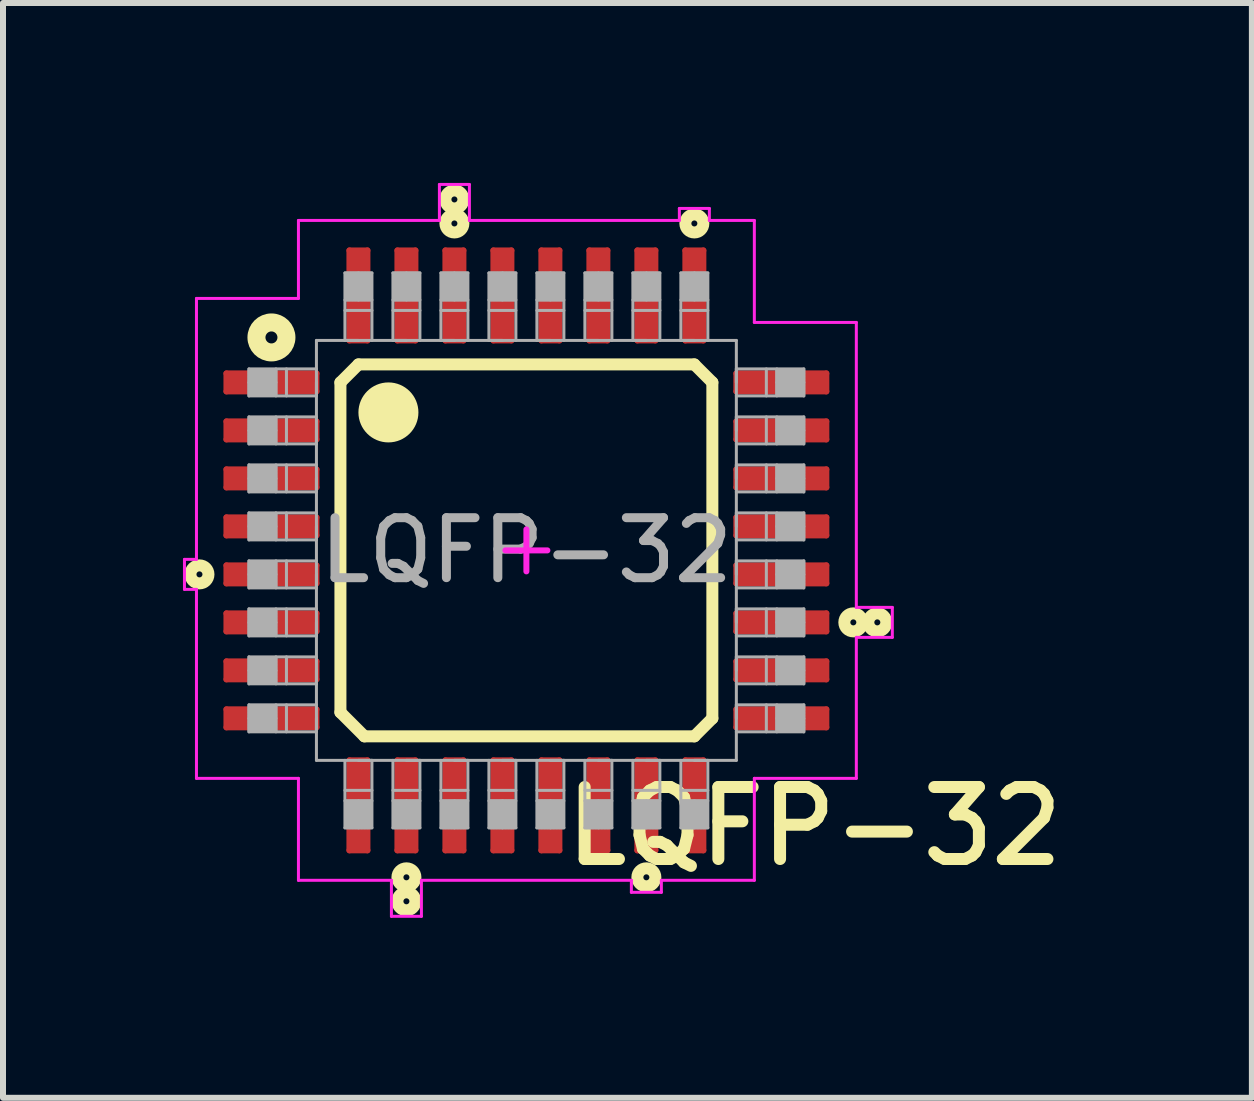
<source format=kicad_pcb>
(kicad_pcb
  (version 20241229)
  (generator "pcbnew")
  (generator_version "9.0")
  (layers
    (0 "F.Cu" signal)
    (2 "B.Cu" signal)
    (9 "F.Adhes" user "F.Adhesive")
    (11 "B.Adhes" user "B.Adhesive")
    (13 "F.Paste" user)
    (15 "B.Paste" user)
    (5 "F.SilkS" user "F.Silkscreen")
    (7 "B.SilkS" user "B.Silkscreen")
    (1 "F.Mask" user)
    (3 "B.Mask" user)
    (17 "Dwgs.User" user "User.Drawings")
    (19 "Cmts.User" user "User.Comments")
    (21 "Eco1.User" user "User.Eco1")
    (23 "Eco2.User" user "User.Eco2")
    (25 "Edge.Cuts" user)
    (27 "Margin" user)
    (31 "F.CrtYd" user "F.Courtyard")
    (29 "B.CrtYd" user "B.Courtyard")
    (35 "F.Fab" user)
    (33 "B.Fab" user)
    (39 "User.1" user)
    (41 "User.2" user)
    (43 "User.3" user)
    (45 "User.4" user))
  (footprint "LQFP-32"
    (layer "F.Cu")
    (at 5.725 6.125)
    (property "Reference" "LQFP-32" (at 4.8 4.6 0) (layer "F.SilkS") (effects (font (size 1.2 1.2) (thickness 0.2))))
    (attr through_hole)
    (fp_line (start -5 -2.95) (end -5 -2.65) (stroke (width 0.1) (type solid)) (layer "F.Cu"))
    (fp_line (start -5 -2.15) (end -5 -1.85) (stroke (width 0.1) (type solid)) (layer "F.Cu"))
    (fp_line (start -5 -1.35) (end -5 -1.05) (stroke (width 0.1) (type solid)) (layer "F.Cu"))
    (fp_line (start -5 -0.55) (end -5 -0.25) (stroke (width 0.1) (type solid)) (layer "F.Cu"))
    (fp_line (start -5 0.25) (end -5 0.55) (stroke (width 0.1) (type solid)) (layer "F.Cu"))
    (fp_line (start -5 1.05) (end -5 1.35) (stroke (width 0.1) (type solid)) (layer "F.Cu"))
    (fp_line (start -5 1.85) (end -5 2.15) (stroke (width 0.1) (type solid)) (layer "F.Cu"))
    (fp_line (start -5 2.65) (end -5 2.95) (stroke (width 0.1) (type solid)) (layer "F.Cu"))
    (fp_line (start -3.5 -2.95) (end -5 -2.95) (stroke (width 0.1) (type solid)) (layer "F.Cu"))
    (fp_line (start -3.5 -2.95) (end -3.5 -2.65) (stroke (width 0.1) (type solid)) (layer "F.Cu"))
    (fp_line (start -3.5 -2.65) (end -5 -2.65) (stroke (width 0.1) (type solid)) (layer "F.Cu"))
    (fp_line (start -3.5 -2.15) (end -5 -2.15) (stroke (width 0.1) (type solid)) (layer "F.Cu"))
    (fp_line (start -3.5 -2.15) (end -3.5 -1.85) (stroke (width 0.1) (type solid)) (layer "F.Cu"))
    (fp_line (start -3.5 -1.85) (end -5 -1.85) (stroke (width 0.1) (type solid)) (layer "F.Cu"))
    (fp_line (start -3.5 -1.35) (end -5 -1.35) (stroke (width 0.1) (type solid)) (layer "F.Cu"))
    (fp_line (start -3.5 -1.35) (end -3.5 -1.05) (stroke (width 0.1) (type solid)) (layer "F.Cu"))
    (fp_line (start -3.5 -1.05) (end -5 -1.05) (stroke (width 0.1) (type solid)) (layer "F.Cu"))
    (fp_line (start -3.5 -0.55) (end -5 -0.55) (stroke (width 0.1) (type solid)) (layer "F.Cu"))
    (fp_line (start -3.5 -0.55) (end -3.5 -0.25) (stroke (width 0.1) (type solid)) (layer "F.Cu"))
    (fp_line (start -3.5 -0.25) (end -5 -0.25) (stroke (width 0.1) (type solid)) (layer "F.Cu"))
    (fp_line (start -3.5 0.25) (end -5 0.25) (stroke (width 0.1) (type solid)) (layer "F.Cu"))
    (fp_line (start -3.5 0.25) (end -3.5 0.55) (stroke (width 0.1) (type solid)) (layer "F.Cu"))
    (fp_line (start -3.5 0.55) (end -5 0.55) (stroke (width 0.1) (type solid)) (layer "F.Cu"))
    (fp_line (start -3.5 1.05) (end -5 1.05) (stroke (width 0.1) (type solid)) (layer "F.Cu"))
    (fp_line (start -3.5 1.05) (end -3.5 1.35) (stroke (width 0.1) (type solid)) (layer "F.Cu"))
    (fp_line (start -3.5 1.35) (end -5 1.35) (stroke (width 0.1) (type solid)) (layer "F.Cu"))
    (fp_line (start -3.5 1.85) (end -5 1.85) (stroke (width 0.1) (type solid)) (layer "F.Cu"))
    (fp_line (start -3.5 1.85) (end -3.5 2.15) (stroke (width 0.1) (type solid)) (layer "F.Cu"))
    (fp_line (start -3.5 2.15) (end -5 2.15) (stroke (width 0.1) (type solid)) (layer "F.Cu"))
    (fp_line (start -3.5 2.65) (end -5 2.65) (stroke (width 0.1) (type solid)) (layer "F.Cu"))
    (fp_line (start -3.5 2.65) (end -3.5 2.95) (stroke (width 0.1) (type solid)) (layer "F.Cu"))
    (fp_line (start -3.5 2.95) (end -5 2.95) (stroke (width 0.1) (type solid)) (layer "F.Cu"))
    (fp_line (start -2.95 -5) (end -2.95 -3.5) (stroke (width 0.1) (type solid)) (layer "F.Cu"))
    (fp_line (start -2.95 -5) (end -2.65 -5) (stroke (width 0.1) (type solid)) (layer "F.Cu"))
    (fp_line (start -2.95 -3.5) (end -2.65 -3.5) (stroke (width 0.1) (type solid)) (layer "F.Cu"))
    (fp_line (start -2.95 3.5) (end -2.95 5) (stroke (width 0.1) (type solid)) (layer "F.Cu"))
    (fp_line (start -2.95 3.5) (end -2.65 3.5) (stroke (width 0.1) (type solid)) (layer "F.Cu"))
    (fp_line (start -2.95 5) (end -2.65 5) (stroke (width 0.1) (type solid)) (layer "F.Cu"))
    (fp_line (start -2.65 -5) (end -2.65 -3.5) (stroke (width 0.1) (type solid)) (layer "F.Cu"))
    (fp_line (start -2.65 3.5) (end -2.65 5) (stroke (width 0.1) (type solid)) (layer "F.Cu"))
    (fp_line (start -2.15 -5) (end -2.15 -3.5) (stroke (width 0.1) (type solid)) (layer "F.Cu"))
    (fp_line (start -2.15 -5) (end -1.85 -5) (stroke (width 0.1) (type solid)) (layer "F.Cu"))
    (fp_line (start -2.15 -3.5) (end -1.85 -3.5) (stroke (width 0.1) (type solid)) (layer "F.Cu"))
    (fp_line (start -2.15 3.5) (end -2.15 5) (stroke (width 0.1) (type solid)) (layer "F.Cu"))
    (fp_line (start -2.15 3.5) (end -1.85 3.5) (stroke (width 0.1) (type solid)) (layer "F.Cu"))
    (fp_line (start -2.15 5) (end -1.85 5) (stroke (width 0.1) (type solid)) (layer "F.Cu"))
    (fp_line (start -1.85 -5) (end -1.85 -3.5) (stroke (width 0.1) (type solid)) (layer "F.Cu"))
    (fp_line (start -1.85 3.5) (end -1.85 5) (stroke (width 0.1) (type solid)) (layer "F.Cu"))
    (fp_line (start -1.35 -5) (end -1.35 -3.5) (stroke (width 0.1) (type solid)) (layer "F.Cu"))
    (fp_line (start -1.35 -5) (end -1.05 -5) (stroke (width 0.1) (type solid)) (layer "F.Cu"))
    (fp_line (start -1.35 -3.5) (end -1.05 -3.5) (stroke (width 0.1) (type solid)) (layer "F.Cu"))
    (fp_line (start -1.35 3.5) (end -1.35 5) (stroke (width 0.1) (type solid)) (layer "F.Cu"))
    (fp_line (start -1.35 3.5) (end -1.05 3.5) (stroke (width 0.1) (type solid)) (layer "F.Cu"))
    (fp_line (start -1.35 5) (end -1.05 5) (stroke (width 0.1) (type solid)) (layer "F.Cu"))
    (fp_line (start -1.05 -5) (end -1.05 -3.5) (stroke (width 0.1) (type solid)) (layer "F.Cu"))
    (fp_line (start -1.05 3.5) (end -1.05 5) (stroke (width 0.1) (type solid)) (layer "F.Cu"))
    (fp_line (start -0.55 -5) (end -0.55 -3.5) (stroke (width 0.1) (type solid)) (layer "F.Cu"))
    (fp_line (start -0.55 -5) (end -0.25 -5) (stroke (width 0.1) (type solid)) (layer "F.Cu"))
    (fp_line (start -0.55 -3.5) (end -0.25 -3.5) (stroke (width 0.1) (type solid)) (layer "F.Cu"))
    (fp_line (start -0.55 3.5) (end -0.55 5) (stroke (width 0.1) (type solid)) (layer "F.Cu"))
    (fp_line (start -0.55 3.5) (end -0.25 3.5) (stroke (width 0.1) (type solid)) (layer "F.Cu"))
    (fp_line (start -0.55 5) (end -0.25 5) (stroke (width 0.1) (type solid)) (layer "F.Cu"))
    (fp_line (start -0.25 -5) (end -0.25 -3.5) (stroke (width 0.1) (type solid)) (layer "F.Cu"))
    (fp_line (start -0.25 3.5) (end -0.25 5) (stroke (width 0.1) (type solid)) (layer "F.Cu"))
    (fp_line (start 0.25 -5) (end 0.25 -3.5) (stroke (width 0.1) (type solid)) (layer "F.Cu"))
    (fp_line (start 0.25 -5) (end 0.55 -5) (stroke (width 0.1) (type solid)) (layer "F.Cu"))
    (fp_line (start 0.25 -3.5) (end 0.55 -3.5) (stroke (width 0.1) (type solid)) (layer "F.Cu"))
    (fp_line (start 0.25 3.5) (end 0.25 5) (stroke (width 0.1) (type solid)) (layer "F.Cu"))
    (fp_line (start 0.25 3.5) (end 0.55 3.5) (stroke (width 0.1) (type solid)) (layer "F.Cu"))
    (fp_line (start 0.25 5) (end 0.55 5) (stroke (width 0.1) (type solid)) (layer "F.Cu"))
    (fp_line (start 0.55 -5) (end 0.55 -3.5) (stroke (width 0.1) (type solid)) (layer "F.Cu"))
    (fp_line (start 0.55 3.5) (end 0.55 5) (stroke (width 0.1) (type solid)) (layer "F.Cu"))
    (fp_line (start 1.05 -5) (end 1.05 -3.5) (stroke (width 0.1) (type solid)) (layer "F.Cu"))
    (fp_line (start 1.05 -5) (end 1.35 -5) (stroke (width 0.1) (type solid)) (layer "F.Cu"))
    (fp_line (start 1.05 -3.5) (end 1.35 -3.5) (stroke (width 0.1) (type solid)) (layer "F.Cu"))
    (fp_line (start 1.05 3.5) (end 1.05 5) (stroke (width 0.1) (type solid)) (layer "F.Cu"))
    (fp_line (start 1.05 3.5) (end 1.35 3.5) (stroke (width 0.1) (type solid)) (layer "F.Cu"))
    (fp_line (start 1.05 5) (end 1.35 5) (stroke (width 0.1) (type solid)) (layer "F.Cu"))
    (fp_line (start 1.35 -5) (end 1.35 -3.5) (stroke (width 0.1) (type solid)) (layer "F.Cu"))
    (fp_line (start 1.35 3.5) (end 1.35 5) (stroke (width 0.1) (type solid)) (layer "F.Cu"))
    (fp_line (start 1.85 -5) (end 1.85 -3.5) (stroke (width 0.1) (type solid)) (layer "F.Cu"))
    (fp_line (start 1.85 -5) (end 2.15 -5) (stroke (width 0.1) (type solid)) (layer "F.Cu"))
    (fp_line (start 1.85 -3.5) (end 2.15 -3.5) (stroke (width 0.1) (type solid)) (layer "F.Cu"))
    (fp_line (start 1.85 3.5) (end 1.85 5) (stroke (width 0.1) (type solid)) (layer "F.Cu"))
    (fp_line (start 1.85 3.5) (end 2.15 3.5) (stroke (width 0.1) (type solid)) (layer "F.Cu"))
    (fp_line (start 1.85 5) (end 2.15 5) (stroke (width 0.1) (type solid)) (layer "F.Cu"))
    (fp_line (start 2.15 -5) (end 2.15 -3.5) (stroke (width 0.1) (type solid)) (layer "F.Cu"))
    (fp_line (start 2.15 3.5) (end 2.15 5) (stroke (width 0.1) (type solid)) (layer "F.Cu"))
    (fp_line (start 2.65 -5) (end 2.65 -3.5) (stroke (width 0.1) (type solid)) (layer "F.Cu"))
    (fp_line (start 2.65 -5) (end 2.95 -5) (stroke (width 0.1) (type solid)) (layer "F.Cu"))
    (fp_line (start 2.65 -3.5) (end 2.95 -3.5) (stroke (width 0.1) (type solid)) (layer "F.Cu"))
    (fp_line (start 2.65 3.5) (end 2.65 5) (stroke (width 0.1) (type solid)) (layer "F.Cu"))
    (fp_line (start 2.65 3.5) (end 2.95 3.5) (stroke (width 0.1) (type solid)) (layer "F.Cu"))
    (fp_line (start 2.65 5) (end 2.95 5) (stroke (width 0.1) (type solid)) (layer "F.Cu"))
    (fp_line (start 2.95 -5) (end 2.95 -3.5) (stroke (width 0.1) (type solid)) (layer "F.Cu"))
    (fp_line (start 2.95 3.5) (end 2.95 5) (stroke (width 0.1) (type solid)) (layer "F.Cu"))
    (fp_line (start 3.5 -2.95) (end 3.5 -2.65) (stroke (width 0.1) (type solid)) (layer "F.Cu"))
    (fp_line (start 3.5 -2.15) (end 3.5 -1.85) (stroke (width 0.1) (type solid)) (layer "F.Cu"))
    (fp_line (start 3.5 -1.35) (end 3.5 -1.05) (stroke (width 0.1) (type solid)) (layer "F.Cu"))
    (fp_line (start 3.5 -0.55) (end 3.5 -0.25) (stroke (width 0.1) (type solid)) (layer "F.Cu"))
    (fp_line (start 3.5 0.25) (end 3.5 0.55) (stroke (width 0.1) (type solid)) (layer "F.Cu"))
    (fp_line (start 3.5 1.05) (end 3.5 1.35) (stroke (width 0.1) (type solid)) (layer "F.Cu"))
    (fp_line (start 3.5 1.85) (end 3.5 2.15) (stroke (width 0.1) (type solid)) (layer "F.Cu"))
    (fp_line (start 3.5 2.65) (end 3.5 2.95) (stroke (width 0.1) (type solid)) (layer "F.Cu"))
    (fp_line (start 5 -2.95) (end 3.5 -2.95) (stroke (width 0.1) (type solid)) (layer "F.Cu"))
    (fp_line (start 5 -2.95) (end 5 -2.65) (stroke (width 0.1) (type solid)) (layer "F.Cu"))
    (fp_line (start 5 -2.65) (end 3.5 -2.65) (stroke (width 0.1) (type solid)) (layer "F.Cu"))
    (fp_line (start 5 -2.15) (end 3.5 -2.15) (stroke (width 0.1) (type solid)) (layer "F.Cu"))
    (fp_line (start 5 -2.15) (end 5 -1.85) (stroke (width 0.1) (type solid)) (layer "F.Cu"))
    (fp_line (start 5 -1.85) (end 3.5 -1.85) (stroke (width 0.1) (type solid)) (layer "F.Cu"))
    (fp_line (start 5 -1.35) (end 3.5 -1.35) (stroke (width 0.1) (type solid)) (layer "F.Cu"))
    (fp_line (start 5 -1.35) (end 5 -1.05) (stroke (width 0.1) (type solid)) (layer "F.Cu"))
    (fp_line (start 5 -1.05) (end 3.5 -1.05) (stroke (width 0.1) (type solid)) (layer "F.Cu"))
    (fp_line (start 5 -0.55) (end 3.5 -0.55) (stroke (width 0.1) (type solid)) (layer "F.Cu"))
    (fp_line (start 5 -0.55) (end 5 -0.25) (stroke (width 0.1) (type solid)) (layer "F.Cu"))
    (fp_line (start 5 -0.25) (end 3.5 -0.25) (stroke (width 0.1) (type solid)) (layer "F.Cu"))
    (fp_line (start 5 0.25) (end 3.5 0.25) (stroke (width 0.1) (type solid)) (layer "F.Cu"))
    (fp_line (start 5 0.25) (end 5 0.55) (stroke (width 0.1) (type solid)) (layer "F.Cu"))
    (fp_line (start 5 0.55) (end 3.5 0.55) (stroke (width 0.1) (type solid)) (layer "F.Cu"))
    (fp_line (start 5 1.05) (end 3.5 1.05) (stroke (width 0.1) (type solid)) (layer "F.Cu"))
    (fp_line (start 5 1.05) (end 5 1.35) (stroke (width 0.1) (type solid)) (layer "F.Cu"))
    (fp_line (start 5 1.35) (end 3.5 1.35) (stroke (width 0.1) (type solid)) (layer "F.Cu"))
    (fp_line (start 5 1.85) (end 3.5 1.85) (stroke (width 0.1) (type solid)) (layer "F.Cu"))
    (fp_line (start 5 1.85) (end 5 2.15) (stroke (width 0.1) (type solid)) (layer "F.Cu"))
    (fp_line (start 5 2.15) (end 3.5 2.15) (stroke (width 0.1) (type solid)) (layer "F.Cu"))
    (fp_line (start 5 2.65) (end 3.5 2.65) (stroke (width 0.1) (type solid)) (layer "F.Cu"))
    (fp_line (start 5 2.65) (end 5 2.95) (stroke (width 0.1) (type solid)) (layer "F.Cu"))
    (fp_line (start 5 2.95) (end 3.5 2.95) (stroke (width 0.1) (type solid)) (layer "F.Cu"))
    (fp_line (start -5.05 -3) (end -3.45 -3) (stroke (width 0.2) (type solid)) (layer "F.Mask"))
    (fp_line (start -5.05 -2.6) (end -5.05 -3) (stroke (width 0.2) (type solid)) (layer "F.Mask"))
    (fp_line (start -5.05 -2.2) (end -3.45 -2.2) (stroke (width 0.2) (type solid)) (layer "F.Mask"))
    (fp_line (start -5.05 -1.8) (end -5.05 -2.2) (stroke (width 0.2) (type solid)) (layer "F.Mask"))
    (fp_line (start -5.05 -1.4) (end -3.45 -1.4) (stroke (width 0.2) (type solid)) (layer "F.Mask"))
    (fp_line (start -5.05 -1) (end -5.05 -1.4) (stroke (width 0.2) (type solid)) (layer "F.Mask"))
    (fp_line (start -5.05 -0.6) (end -3.45 -0.6) (stroke (width 0.2) (type solid)) (layer "F.Mask"))
    (fp_line (start -5.05 -0.2) (end -5.05 -0.6) (stroke (width 0.2) (type solid)) (layer "F.Mask"))
    (fp_line (start -5.05 0.2) (end -3.45 0.2) (stroke (width 0.2) (type solid)) (layer "F.Mask"))
    (fp_line (start -5.05 0.6) (end -5.05 0.2) (stroke (width 0.2) (type solid)) (layer "F.Mask"))
    (fp_line (start -5.05 1) (end -3.45 1) (stroke (width 0.2) (type solid)) (layer "F.Mask"))
    (fp_line (start -5.05 1.4) (end -5.05 1) (stroke (width 0.2) (type solid)) (layer "F.Mask"))
    (fp_line (start -5.05 1.8) (end -3.45 1.8) (stroke (width 0.2) (type solid)) (layer "F.Mask"))
    (fp_line (start -5.05 2.2) (end -5.05 1.8) (stroke (width 0.2) (type solid)) (layer "F.Mask"))
    (fp_line (start -5.05 2.6) (end -3.45 2.6) (stroke (width 0.2) (type solid)) (layer "F.Mask"))
    (fp_line (start -5.05 3) (end -5.05 2.6) (stroke (width 0.2) (type solid)) (layer "F.Mask"))
    (fp_line (start -3.45 -2.6) (end -5.05 -2.6) (stroke (width 0.2) (type solid)) (layer "F.Mask"))
    (fp_line (start -3.45 -2.6) (end -3.45 -3) (stroke (width 0.2) (type solid)) (layer "F.Mask"))
    (fp_line (start -3.45 -1.8) (end -5.05 -1.8) (stroke (width 0.2) (type solid)) (layer "F.Mask"))
    (fp_line (start -3.45 -1.8) (end -3.45 -2.2) (stroke (width 0.2) (type solid)) (layer "F.Mask"))
    (fp_line (start -3.45 -1) (end -5.05 -1) (stroke (width 0.2) (type solid)) (layer "F.Mask"))
    (fp_line (start -3.45 -1) (end -3.45 -1.4) (stroke (width 0.2) (type solid)) (layer "F.Mask"))
    (fp_line (start -3.45 -0.2) (end -5.05 -0.2) (stroke (width 0.2) (type solid)) (layer "F.Mask"))
    (fp_line (start -3.45 -0.2) (end -3.45 -0.6) (stroke (width 0.2) (type solid)) (layer "F.Mask"))
    (fp_line (start -3.45 0.6) (end -5.05 0.6) (stroke (width 0.2) (type solid)) (layer "F.Mask"))
    (fp_line (start -3.45 0.6) (end -3.45 0.2) (stroke (width 0.2) (type solid)) (layer "F.Mask"))
    (fp_line (start -3.45 1.4) (end -5.05 1.4) (stroke (width 0.2) (type solid)) (layer "F.Mask"))
    (fp_line (start -3.45 1.4) (end -3.45 1) (stroke (width 0.2) (type solid)) (layer "F.Mask"))
    (fp_line (start -3.45 2.2) (end -5.05 2.2) (stroke (width 0.2) (type solid)) (layer "F.Mask"))
    (fp_line (start -3.45 2.2) (end -3.45 1.8) (stroke (width 0.2) (type solid)) (layer "F.Mask"))
    (fp_line (start -3.45 3) (end -5.05 3) (stroke (width 0.2) (type solid)) (layer "F.Mask"))
    (fp_line (start -3.45 3) (end -3.45 2.6) (stroke (width 0.2) (type solid)) (layer "F.Mask"))
    (fp_line (start -3 -3.45) (end -3 -5.05) (stroke (width 0.2) (type solid)) (layer "F.Mask"))
    (fp_line (start -3 5.05) (end -3 3.45) (stroke (width 0.2) (type solid)) (layer "F.Mask"))
    (fp_line (start -2.6 -5.05) (end -3 -5.05) (stroke (width 0.2) (type solid)) (layer "F.Mask"))
    (fp_line (start -2.6 -5.05) (end -2.6 -3.45) (stroke (width 0.2) (type solid)) (layer "F.Mask"))
    (fp_line (start -2.6 -3.45) (end -3 -3.45) (stroke (width 0.2) (type solid)) (layer "F.Mask"))
    (fp_line (start -2.6 3.45) (end -3 3.45) (stroke (width 0.2) (type solid)) (layer "F.Mask"))
    (fp_line (start -2.6 3.45) (end -2.6 5.05) (stroke (width 0.2) (type solid)) (layer "F.Mask"))
    (fp_line (start -2.6 5.05) (end -3 5.05) (stroke (width 0.2) (type solid)) (layer "F.Mask"))
    (fp_line (start -2.2 -3.45) (end -2.2 -5.05) (stroke (width 0.2) (type solid)) (layer "F.Mask"))
    (fp_line (start -2.2 5.05) (end -2.2 3.45) (stroke (width 0.2) (type solid)) (layer "F.Mask"))
    (fp_line (start -1.8 -5.05) (end -2.2 -5.05) (stroke (width 0.2) (type solid)) (layer "F.Mask"))
    (fp_line (start -1.8 -5.05) (end -1.8 -3.45) (stroke (width 0.2) (type solid)) (layer "F.Mask"))
    (fp_line (start -1.8 -3.45) (end -2.2 -3.45) (stroke (width 0.2) (type solid)) (layer "F.Mask"))
    (fp_line (start -1.8 3.45) (end -2.2 3.45) (stroke (width 0.2) (type solid)) (layer "F.Mask"))
    (fp_line (start -1.8 3.45) (end -1.8 5.05) (stroke (width 0.2) (type solid)) (layer "F.Mask"))
    (fp_line (start -1.8 5.05) (end -2.2 5.05) (stroke (width 0.2) (type solid)) (layer "F.Mask"))
    (fp_line (start -1.4 -3.45) (end -1.4 -5.05) (stroke (width 0.2) (type solid)) (layer "F.Mask"))
    (fp_line (start -1.4 5.05) (end -1.4 3.45) (stroke (width 0.2) (type solid)) (layer "F.Mask"))
    (fp_line (start -1 -5.05) (end -1.4 -5.05) (stroke (width 0.2) (type solid)) (layer "F.Mask"))
    (fp_line (start -1 -5.05) (end -1 -3.45) (stroke (width 0.2) (type solid)) (layer "F.Mask"))
    (fp_line (start -1 -3.45) (end -1.4 -3.45) (stroke (width 0.2) (type solid)) (layer "F.Mask"))
    (fp_line (start -1 3.45) (end -1.4 3.45) (stroke (width 0.2) (type solid)) (layer "F.Mask"))
    (fp_line (start -1 3.45) (end -1 5.05) (stroke (width 0.2) (type solid)) (layer "F.Mask"))
    (fp_line (start -1 5.05) (end -1.4 5.05) (stroke (width 0.2) (type solid)) (layer "F.Mask"))
    (fp_line (start -0.6 -3.45) (end -0.6 -5.05) (stroke (width 0.2) (type solid)) (layer "F.Mask"))
    (fp_line (start -0.6 5.05) (end -0.6 3.45) (stroke (width 0.2) (type solid)) (layer "F.Mask"))
    (fp_line (start -0.2 -5.05) (end -0.6 -5.05) (stroke (width 0.2) (type solid)) (layer "F.Mask"))
    (fp_line (start -0.2 -5.05) (end -0.2 -3.45) (stroke (width 0.2) (type solid)) (layer "F.Mask"))
    (fp_line (start -0.2 -3.45) (end -0.6 -3.45) (stroke (width 0.2) (type solid)) (layer "F.Mask"))
    (fp_line (start -0.2 3.45) (end -0.6 3.45) (stroke (width 0.2) (type solid)) (layer "F.Mask"))
    (fp_line (start -0.2 3.45) (end -0.2 5.05) (stroke (width 0.2) (type solid)) (layer "F.Mask"))
    (fp_line (start -0.2 5.05) (end -0.6 5.05) (stroke (width 0.2) (type solid)) (layer "F.Mask"))
    (fp_line (start 0.2 -3.45) (end 0.2 -5.05) (stroke (width 0.2) (type solid)) (layer "F.Mask"))
    (fp_line (start 0.2 5.05) (end 0.2 3.45) (stroke (width 0.2) (type solid)) (layer "F.Mask"))
    (fp_line (start 0.6 -5.05) (end 0.2 -5.05) (stroke (width 0.2) (type solid)) (layer "F.Mask"))
    (fp_line (start 0.6 -5.05) (end 0.6 -3.45) (stroke (width 0.2) (type solid)) (layer "F.Mask"))
    (fp_line (start 0.6 -3.45) (end 0.2 -3.45) (stroke (width 0.2) (type solid)) (layer "F.Mask"))
    (fp_line (start 0.6 3.45) (end 0.2 3.45) (stroke (width 0.2) (type solid)) (layer "F.Mask"))
    (fp_line (start 0.6 3.45) (end 0.6 5.05) (stroke (width 0.2) (type solid)) (layer "F.Mask"))
    (fp_line (start 0.6 5.05) (end 0.2 5.05) (stroke (width 0.2) (type solid)) (layer "F.Mask"))
    (fp_line (start 1 -3.45) (end 1 -5.05) (stroke (width 0.2) (type solid)) (layer "F.Mask"))
    (fp_line (start 1 5.05) (end 1 3.45) (stroke (width 0.2) (type solid)) (layer "F.Mask"))
    (fp_line (start 1.4 -5.05) (end 1 -5.05) (stroke (width 0.2) (type solid)) (layer "F.Mask"))
    (fp_line (start 1.4 -5.05) (end 1.4 -3.45) (stroke (width 0.2) (type solid)) (layer "F.Mask"))
    (fp_line (start 1.4 -3.45) (end 1 -3.45) (stroke (width 0.2) (type solid)) (layer "F.Mask"))
    (fp_line (start 1.4 3.45) (end 1 3.45) (stroke (width 0.2) (type solid)) (layer "F.Mask"))
    (fp_line (start 1.4 3.45) (end 1.4 5.05) (stroke (width 0.2) (type solid)) (layer "F.Mask"))
    (fp_line (start 1.4 5.05) (end 1 5.05) (stroke (width 0.2) (type solid)) (layer "F.Mask"))
    (fp_line (start 1.8 -3.45) (end 1.8 -5.05) (stroke (width 0.2) (type solid)) (layer "F.Mask"))
    (fp_line (start 1.8 5.05) (end 1.8 3.45) (stroke (width 0.2) (type solid)) (layer "F.Mask"))
    (fp_line (start 2.2 -5.05) (end 1.8 -5.05) (stroke (width 0.2) (type solid)) (layer "F.Mask"))
    (fp_line (start 2.2 -5.05) (end 2.2 -3.45) (stroke (width 0.2) (type solid)) (layer "F.Mask"))
    (fp_line (start 2.2 -3.45) (end 1.8 -3.45) (stroke (width 0.2) (type solid)) (layer "F.Mask"))
    (fp_line (start 2.2 3.45) (end 1.8 3.45) (stroke (width 0.2) (type solid)) (layer "F.Mask"))
    (fp_line (start 2.2 3.45) (end 2.2 5.05) (stroke (width 0.2) (type solid)) (layer "F.Mask"))
    (fp_line (start 2.2 5.05) (end 1.8 5.05) (stroke (width 0.2) (type solid)) (layer "F.Mask"))
    (fp_line (start 2.6 -3.45) (end 2.6 -5.05) (stroke (width 0.2) (type solid)) (layer "F.Mask"))
    (fp_line (start 2.6 5.05) (end 2.6 3.45) (stroke (width 0.2) (type solid)) (layer "F.Mask"))
    (fp_line (start 3 -5.05) (end 2.6 -5.05) (stroke (width 0.2) (type solid)) (layer "F.Mask"))
    (fp_line (start 3 -5.05) (end 3 -3.45) (stroke (width 0.2) (type solid)) (layer "F.Mask"))
    (fp_line (start 3 -3.45) (end 2.6 -3.45) (stroke (width 0.2) (type solid)) (layer "F.Mask"))
    (fp_line (start 3 3.45) (end 2.6 3.45) (stroke (width 0.2) (type solid)) (layer "F.Mask"))
    (fp_line (start 3 3.45) (end 3 5.05) (stroke (width 0.2) (type solid)) (layer "F.Mask"))
    (fp_line (start 3 5.05) (end 2.6 5.05) (stroke (width 0.2) (type solid)) (layer "F.Mask"))
    (fp_line (start 3.45 -3) (end 5.05 -3) (stroke (width 0.2) (type solid)) (layer "F.Mask"))
    (fp_line (start 3.45 -2.6) (end 3.45 -3) (stroke (width 0.2) (type solid)) (layer "F.Mask"))
    (fp_line (start 3.45 -2.2) (end 5.05 -2.2) (stroke (width 0.2) (type solid)) (layer "F.Mask"))
    (fp_line (start 3.45 -1.8) (end 3.45 -2.2) (stroke (width 0.2) (type solid)) (layer "F.Mask"))
    (fp_line (start 3.45 -1.4) (end 5.05 -1.4) (stroke (width 0.2) (type solid)) (layer "F.Mask"))
    (fp_line (start 3.45 -1) (end 3.45 -1.4) (stroke (width 0.2) (type solid)) (layer "F.Mask"))
    (fp_line (start 3.45 -0.6) (end 5.05 -0.6) (stroke (width 0.2) (type solid)) (layer "F.Mask"))
    (fp_line (start 3.45 -0.2) (end 3.45 -0.6) (stroke (width 0.2) (type solid)) (layer "F.Mask"))
    (fp_line (start 3.45 0.2) (end 5.05 0.2) (stroke (width 0.2) (type solid)) (layer "F.Mask"))
    (fp_line (start 3.45 0.6) (end 3.45 0.2) (stroke (width 0.2) (type solid)) (layer "F.Mask"))
    (fp_line (start 3.45 1) (end 5.05 1) (stroke (width 0.2) (type solid)) (layer "F.Mask"))
    (fp_line (start 3.45 1.4) (end 3.45 1) (stroke (width 0.2) (type solid)) (layer "F.Mask"))
    (fp_line (start 3.45 1.8) (end 5.05 1.8) (stroke (width 0.2) (type solid)) (layer "F.Mask"))
    (fp_line (start 3.45 2.2) (end 3.45 1.8) (stroke (width 0.2) (type solid)) (layer "F.Mask"))
    (fp_line (start 3.45 2.6) (end 5.05 2.6) (stroke (width 0.2) (type solid)) (layer "F.Mask"))
    (fp_line (start 3.45 3) (end 3.45 2.6) (stroke (width 0.2) (type solid)) (layer "F.Mask"))
    (fp_line (start 5.05 -2.6) (end 3.45 -2.6) (stroke (width 0.2) (type solid)) (layer "F.Mask"))
    (fp_line (start 5.05 -2.6) (end 5.05 -3) (stroke (width 0.2) (type solid)) (layer "F.Mask"))
    (fp_line (start 5.05 -1.8) (end 3.45 -1.8) (stroke (width 0.2) (type solid)) (layer "F.Mask"))
    (fp_line (start 5.05 -1.8) (end 5.05 -2.2) (stroke (width 0.2) (type solid)) (layer "F.Mask"))
    (fp_line (start 5.05 -1) (end 3.45 -1) (stroke (width 0.2) (type solid)) (layer "F.Mask"))
    (fp_line (start 5.05 -1) (end 5.05 -1.4) (stroke (width 0.2) (type solid)) (layer "F.Mask"))
    (fp_line (start 5.05 -0.2) (end 3.45 -0.2) (stroke (width 0.2) (type solid)) (layer "F.Mask"))
    (fp_line (start 5.05 -0.2) (end 5.05 -0.6) (stroke (width 0.2) (type solid)) (layer "F.Mask"))
    (fp_line (start 5.05 0.6) (end 3.45 0.6) (stroke (width 0.2) (type solid)) (layer "F.Mask"))
    (fp_line (start 5.05 0.6) (end 5.05 0.2) (stroke (width 0.2) (type solid)) (layer "F.Mask"))
    (fp_line (start 5.05 1.4) (end 3.45 1.4) (stroke (width 0.2) (type solid)) (layer "F.Mask"))
    (fp_line (start 5.05 1.4) (end 5.05 1) (stroke (width 0.2) (type solid)) (layer "F.Mask"))
    (fp_line (start 5.05 2.2) (end 3.45 2.2) (stroke (width 0.2) (type solid)) (layer "F.Mask"))
    (fp_line (start 5.05 2.2) (end 5.05 1.8) (stroke (width 0.2) (type solid)) (layer "F.Mask"))
    (fp_line (start 5.05 3) (end 3.45 3) (stroke (width 0.2) (type solid)) (layer "F.Mask"))
    (fp_line (start 5.05 3) (end 5.05 2.6) (stroke (width 0.2) (type solid)) (layer "F.Mask"))
    (fp_line (start -3.1 2.7) (end -3.1 -2.8) (stroke (width 0.2) (type solid)) (layer "F.SilkS"))
    (fp_line (start -2.8 -3.1) (end -3.1 -2.8) (stroke (width 0.2) (type solid)) (layer "F.SilkS"))
    (fp_line (start -2.8 -3.1) (end 2.8 -3.1) (stroke (width 0.2) (type solid)) (layer "F.SilkS"))
    (fp_line (start -2.7 3.1) (end -3.1 2.7) (stroke (width 0.2) (type solid)) (layer "F.SilkS"))
    (fp_line (start 2.8 -3.1) (end 3.1 -2.8) (stroke (width 0.2) (type solid)) (layer "F.SilkS"))
    (fp_line (start 2.8 3.1) (end -2.7 3.1) (stroke (width 0.2) (type solid)) (layer "F.SilkS"))
    (fp_line (start 3.1 -2.8) (end 3.1 2.8) (stroke (width 0.2) (type solid)) (layer "F.SilkS"))
    (fp_line (start 3.1 2.8) (end 2.8 3.1) (stroke (width 0.2) (type solid)) (layer "F.SilkS"))
    (fp_circle (center -5.45 0.4) (end -5.4 0.4) (stroke (width 0.2) (type solid)) (fill no) (layer "F.SilkS"))
    (fp_circle (center -4.25 -3.55) (end -4.15 -3.55) (stroke (width 0.3) (type solid)) (fill no) (layer "F.SilkS"))
    (fp_circle (center -2.3 -2.3) (end -2.3 -2.6) (stroke (width 0.2) (type solid)) (fill no) (layer "F.SilkS"))
    (fp_circle (center -2.3 -2.3) (end -2.3 -2.5) (stroke (width 0.2) (type solid)) (fill no) (layer "F.SilkS"))
    (fp_circle (center -2.3 -2.3) (end -2.3 -2.4) (stroke (width 0.2) (type solid)) (fill no) (layer "F.SilkS"))
    (fp_circle (center -2.3 -2.3) (end -2.3 -1.9) (stroke (width 0.2) (type solid)) (fill no) (layer "F.SilkS"))
    (fp_circle (center -2 5.45) (end -1.95 5.45) (stroke (width 0.2) (type solid)) (fill no) (layer "F.SilkS"))
    (fp_circle (center -2 5.85) (end -1.95 5.85) (stroke (width 0.2) (type solid)) (fill no) (layer "F.SilkS"))
    (fp_circle (center -1.2 -5.85) (end -1.15 -5.85) (stroke (width 0.2) (type solid)) (fill no) (layer "F.SilkS"))
    (fp_circle (center -1.2 -5.45) (end -1.15 -5.45) (stroke (width 0.2) (type solid)) (fill no) (layer "F.SilkS"))
    (fp_circle (center 2 5.45) (end 2.05 5.45) (stroke (width 0.2) (type solid)) (fill no) (layer "F.SilkS"))
    (fp_circle (center 2.8 -5.45) (end 2.85 -5.45) (stroke (width 0.2) (type solid)) (fill no) (layer "F.SilkS"))
    (fp_circle (center 5.45 1.2) (end 5.5 1.2) (stroke (width 0.2) (type solid)) (fill no) (layer "F.SilkS"))
    (fp_circle (center 5.85 1.2) (end 5.9 1.2) (stroke (width 0.2) (type solid)) (fill no) (layer "F.SilkS"))
    (fp_line (start -5 -2.95) (end -3.5 -2.95) (stroke (width 0.05) (type solid)) (layer "F.Paste"))
    (fp_line (start -5 -2.65) (end -5 -2.95) (stroke (width 0.05) (type solid)) (layer "F.Paste"))
    (fp_line (start -5 -2.15) (end -3.5 -2.15) (stroke (width 0.05) (type solid)) (layer "F.Paste"))
    (fp_line (start -5 -1.85) (end -5 -2.15) (stroke (width 0.05) (type solid)) (layer "F.Paste"))
    (fp_line (start -5 -1.35) (end -3.5 -1.35) (stroke (width 0.05) (type solid)) (layer "F.Paste"))
    (fp_line (start -5 -1.05) (end -5 -1.35) (stroke (width 0.05) (type solid)) (layer "F.Paste"))
    (fp_line (start -5 -0.55) (end -3.5 -0.55) (stroke (width 0.05) (type solid)) (layer "F.Paste"))
    (fp_line (start -5 -0.25) (end -5 -0.55) (stroke (width 0.05) (type solid)) (layer "F.Paste"))
    (fp_line (start -5 0.25) (end -3.5 0.25) (stroke (width 0.05) (type solid)) (layer "F.Paste"))
    (fp_line (start -5 0.55) (end -5 0.25) (stroke (width 0.05) (type solid)) (layer "F.Paste"))
    (fp_line (start -5 1.05) (end -3.5 1.05) (stroke (width 0.05) (type solid)) (layer "F.Paste"))
    (fp_line (start -5 1.35) (end -5 1.05) (stroke (width 0.05) (type solid)) (layer "F.Paste"))
    (fp_line (start -5 1.85) (end -3.5 1.85) (stroke (width 0.05) (type solid)) (layer "F.Paste"))
    (fp_line (start -5 2.15) (end -5 1.85) (stroke (width 0.05) (type solid)) (layer "F.Paste"))
    (fp_line (start -5 2.65) (end -3.5 2.65) (stroke (width 0.05) (type solid)) (layer "F.Paste"))
    (fp_line (start -5 2.95) (end -5 2.65) (stroke (width 0.05) (type solid)) (layer "F.Paste"))
    (fp_line (start -3.5 -2.95) (end -3.5 -2.65) (stroke (width 0.05) (type solid)) (layer "F.Paste"))
    (fp_line (start -3.5 -2.65) (end -5 -2.65) (stroke (width 0.05) (type solid)) (layer "F.Paste"))
    (fp_line (start -3.5 -2.15) (end -3.5 -1.85) (stroke (width 0.05) (type solid)) (layer "F.Paste"))
    (fp_line (start -3.5 -1.85) (end -5 -1.85) (stroke (width 0.05) (type solid)) (layer "F.Paste"))
    (fp_line (start -3.5 -1.35) (end -3.5 -1.05) (stroke (width 0.05) (type solid)) (layer "F.Paste"))
    (fp_line (start -3.5 -1.05) (end -5 -1.05) (stroke (width 0.05) (type solid)) (layer "F.Paste"))
    (fp_line (start -3.5 -0.55) (end -3.5 -0.25) (stroke (width 0.05) (type solid)) (layer "F.Paste"))
    (fp_line (start -3.5 -0.25) (end -5 -0.25) (stroke (width 0.05) (type solid)) (layer "F.Paste"))
    (fp_line (start -3.5 0.25) (end -3.5 0.55) (stroke (width 0.05) (type solid)) (layer "F.Paste"))
    (fp_line (start -3.5 0.55) (end -5 0.55) (stroke (width 0.05) (type solid)) (layer "F.Paste"))
    (fp_line (start -3.5 1.05) (end -3.5 1.35) (stroke (width 0.05) (type solid)) (layer "F.Paste"))
    (fp_line (start -3.5 1.35) (end -5 1.35) (stroke (width 0.05) (type solid)) (layer "F.Paste"))
    (fp_line (start -3.5 1.85) (end -3.5 2.15) (stroke (width 0.05) (type solid)) (layer "F.Paste"))
    (fp_line (start -3.5 2.15) (end -5 2.15) (stroke (width 0.05) (type solid)) (layer "F.Paste"))
    (fp_line (start -3.5 2.65) (end -3.5 2.95) (stroke (width 0.05) (type solid)) (layer "F.Paste"))
    (fp_line (start -3.5 2.95) (end -5 2.95) (stroke (width 0.05) (type solid)) (layer "F.Paste"))
    (fp_line (start -2.95 -5) (end -2.65 -5) (stroke (width 0.05) (type solid)) (layer "F.Paste"))
    (fp_line (start -2.95 -3.5) (end -2.95 -5) (stroke (width 0.05) (type solid)) (layer "F.Paste"))
    (fp_line (start -2.95 3.5) (end -2.65 3.5) (stroke (width 0.05) (type solid)) (layer "F.Paste"))
    (fp_line (start -2.95 5) (end -2.95 3.5) (stroke (width 0.05) (type solid)) (layer "F.Paste"))
    (fp_line (start -2.65 -5) (end -2.65 -3.5) (stroke (width 0.05) (type solid)) (layer "F.Paste"))
    (fp_line (start -2.65 -3.5) (end -2.95 -3.5) (stroke (width 0.05) (type solid)) (layer "F.Paste"))
    (fp_line (start -2.65 3.5) (end -2.65 5) (stroke (width 0.05) (type solid)) (layer "F.Paste"))
    (fp_line (start -2.65 5) (end -2.95 5) (stroke (width 0.05) (type solid)) (layer "F.Paste"))
    (fp_line (start -2.15 -5) (end -1.85 -5) (stroke (width 0.05) (type solid)) (layer "F.Paste"))
    (fp_line (start -2.15 -3.5) (end -2.15 -5) (stroke (width 0.05) (type solid)) (layer "F.Paste"))
    (fp_line (start -2.15 3.5) (end -1.85 3.5) (stroke (width 0.05) (type solid)) (layer "F.Paste"))
    (fp_line (start -2.15 5) (end -2.15 3.5) (stroke (width 0.05) (type solid)) (layer "F.Paste"))
    (fp_line (start -1.85 -5) (end -1.85 -3.5) (stroke (width 0.05) (type solid)) (layer "F.Paste"))
    (fp_line (start -1.85 -3.5) (end -2.15 -3.5) (stroke (width 0.05) (type solid)) (layer "F.Paste"))
    (fp_line (start -1.85 3.5) (end -1.85 5) (stroke (width 0.05) (type solid)) (layer "F.Paste"))
    (fp_line (start -1.85 5) (end -2.15 5) (stroke (width 0.05) (type solid)) (layer "F.Paste"))
    (fp_line (start -1.35 -5) (end -1.05 -5) (stroke (width 0.05) (type solid)) (layer "F.Paste"))
    (fp_line (start -1.35 -3.5) (end -1.35 -5) (stroke (width 0.05) (type solid)) (layer "F.Paste"))
    (fp_line (start -1.35 3.5) (end -1.05 3.5) (stroke (width 0.05) (type solid)) (layer "F.Paste"))
    (fp_line (start -1.35 5) (end -1.35 3.5) (stroke (width 0.05) (type solid)) (layer "F.Paste"))
    (fp_line (start -1.05 -5) (end -1.05 -3.5) (stroke (width 0.05) (type solid)) (layer "F.Paste"))
    (fp_line (start -1.05 -3.5) (end -1.35 -3.5) (stroke (width 0.05) (type solid)) (layer "F.Paste"))
    (fp_line (start -1.05 3.5) (end -1.05 5) (stroke (width 0.05) (type solid)) (layer "F.Paste"))
    (fp_line (start -1.05 5) (end -1.35 5) (stroke (width 0.05) (type solid)) (layer "F.Paste"))
    (fp_line (start -0.55 -5) (end -0.25 -5) (stroke (width 0.05) (type solid)) (layer "F.Paste"))
    (fp_line (start -0.55 -3.5) (end -0.55 -5) (stroke (width 0.05) (type solid)) (layer "F.Paste"))
    (fp_line (start -0.55 3.5) (end -0.25 3.5) (stroke (width 0.05) (type solid)) (layer "F.Paste"))
    (fp_line (start -0.55 5) (end -0.55 3.5) (stroke (width 0.05) (type solid)) (layer "F.Paste"))
    (fp_line (start -0.25 -5) (end -0.25 -3.5) (stroke (width 0.05) (type solid)) (layer "F.Paste"))
    (fp_line (start -0.25 -3.5) (end -0.55 -3.5) (stroke (width 0.05) (type solid)) (layer "F.Paste"))
    (fp_line (start -0.25 3.5) (end -0.25 5) (stroke (width 0.05) (type solid)) (layer "F.Paste"))
    (fp_line (start -0.25 5) (end -0.55 5) (stroke (width 0.05) (type solid)) (layer "F.Paste"))
    (fp_line (start 0.25 -5) (end 0.55 -5) (stroke (width 0.05) (type solid)) (layer "F.Paste"))
    (fp_line (start 0.25 -3.5) (end 0.25 -5) (stroke (width 0.05) (type solid)) (layer "F.Paste"))
    (fp_line (start 0.25 3.5) (end 0.55 3.5) (stroke (width 0.05) (type solid)) (layer "F.Paste"))
    (fp_line (start 0.25 5) (end 0.25 3.5) (stroke (width 0.05) (type solid)) (layer "F.Paste"))
    (fp_line (start 0.55 -5) (end 0.55 -3.5) (stroke (width 0.05) (type solid)) (layer "F.Paste"))
    (fp_line (start 0.55 -3.5) (end 0.25 -3.5) (stroke (width 0.05) (type solid)) (layer "F.Paste"))
    (fp_line (start 0.55 3.5) (end 0.55 5) (stroke (width 0.05) (type solid)) (layer "F.Paste"))
    (fp_line (start 0.55 5) (end 0.25 5) (stroke (width 0.05) (type solid)) (layer "F.Paste"))
    (fp_line (start 1.05 -5) (end 1.35 -5) (stroke (width 0.05) (type solid)) (layer "F.Paste"))
    (fp_line (start 1.05 -3.5) (end 1.05 -5) (stroke (width 0.05) (type solid)) (layer "F.Paste"))
    (fp_line (start 1.05 3.5) (end 1.35 3.5) (stroke (width 0.05) (type solid)) (layer "F.Paste"))
    (fp_line (start 1.05 5) (end 1.05 3.5) (stroke (width 0.05) (type solid)) (layer "F.Paste"))
    (fp_line (start 1.35 -5) (end 1.35 -3.5) (stroke (width 0.05) (type solid)) (layer "F.Paste"))
    (fp_line (start 1.35 -3.5) (end 1.05 -3.5) (stroke (width 0.05) (type solid)) (layer "F.Paste"))
    (fp_line (start 1.35 3.5) (end 1.35 5) (stroke (width 0.05) (type solid)) (layer "F.Paste"))
    (fp_line (start 1.35 5) (end 1.05 5) (stroke (width 0.05) (type solid)) (layer "F.Paste"))
    (fp_line (start 1.85 -5) (end 2.15 -5) (stroke (width 0.05) (type solid)) (layer "F.Paste"))
    (fp_line (start 1.85 -3.5) (end 1.85 -5) (stroke (width 0.05) (type solid)) (layer "F.Paste"))
    (fp_line (start 1.85 3.5) (end 2.15 3.5) (stroke (width 0.05) (type solid)) (layer "F.Paste"))
    (fp_line (start 1.85 5) (end 1.85 3.5) (stroke (width 0.05) (type solid)) (layer "F.Paste"))
    (fp_line (start 2.15 -5) (end 2.15 -3.5) (stroke (width 0.05) (type solid)) (layer "F.Paste"))
    (fp_line (start 2.15 -3.5) (end 1.85 -3.5) (stroke (width 0.05) (type solid)) (layer "F.Paste"))
    (fp_line (start 2.15 3.5) (end 2.15 5) (stroke (width 0.05) (type solid)) (layer "F.Paste"))
    (fp_line (start 2.15 5) (end 1.85 5) (stroke (width 0.05) (type solid)) (layer "F.Paste"))
    (fp_line (start 2.65 -5) (end 2.95 -5) (stroke (width 0.05) (type solid)) (layer "F.Paste"))
    (fp_line (start 2.65 -3.5) (end 2.65 -5) (stroke (width 0.05) (type solid)) (layer "F.Paste"))
    (fp_line (start 2.65 3.5) (end 2.95 3.5) (stroke (width 0.05) (type solid)) (layer "F.Paste"))
    (fp_line (start 2.65 5) (end 2.65 3.5) (stroke (width 0.05) (type solid)) (layer "F.Paste"))
    (fp_line (start 2.95 -5) (end 2.95 -3.5) (stroke (width 0.05) (type solid)) (layer "F.Paste"))
    (fp_line (start 2.95 -3.5) (end 2.65 -3.5) (stroke (width 0.05) (type solid)) (layer "F.Paste"))
    (fp_line (start 2.95 3.5) (end 2.95 5) (stroke (width 0.05) (type solid)) (layer "F.Paste"))
    (fp_line (start 2.95 5) (end 2.65 5) (stroke (width 0.05) (type solid)) (layer "F.Paste"))
    (fp_line (start 3.5 -2.95) (end 5 -2.95) (stroke (width 0.05) (type solid)) (layer "F.Paste"))
    (fp_line (start 3.5 -2.65) (end 3.5 -2.95) (stroke (width 0.05) (type solid)) (layer "F.Paste"))
    (fp_line (start 3.5 -2.15) (end 5 -2.15) (stroke (width 0.05) (type solid)) (layer "F.Paste"))
    (fp_line (start 3.5 -1.85) (end 3.5 -2.15) (stroke (width 0.05) (type solid)) (layer "F.Paste"))
    (fp_line (start 3.5 -1.35) (end 5 -1.35) (stroke (width 0.05) (type solid)) (layer "F.Paste"))
    (fp_line (start 3.5 -1.05) (end 3.5 -1.35) (stroke (width 0.05) (type solid)) (layer "F.Paste"))
    (fp_line (start 3.5 -0.55) (end 5 -0.55) (stroke (width 0.05) (type solid)) (layer "F.Paste"))
    (fp_line (start 3.5 -0.25) (end 3.5 -0.55) (stroke (width 0.05) (type solid)) (layer "F.Paste"))
    (fp_line (start 3.5 0.25) (end 5 0.25) (stroke (width 0.05) (type solid)) (layer "F.Paste"))
    (fp_line (start 3.5 0.55) (end 3.5 0.25) (stroke (width 0.05) (type solid)) (layer "F.Paste"))
    (fp_line (start 3.5 1.05) (end 5 1.05) (stroke (width 0.05) (type solid)) (layer "F.Paste"))
    (fp_line (start 3.5 1.35) (end 3.5 1.05) (stroke (width 0.05) (type solid)) (layer "F.Paste"))
    (fp_line (start 3.5 1.85) (end 5 1.85) (stroke (width 0.05) (type solid)) (layer "F.Paste"))
    (fp_line (start 3.5 2.15) (end 3.5 1.85) (stroke (width 0.05) (type solid)) (layer "F.Paste"))
    (fp_line (start 3.5 2.65) (end 5 2.65) (stroke (width 0.05) (type solid)) (layer "F.Paste"))
    (fp_line (start 3.5 2.95) (end 3.5 2.65) (stroke (width 0.05) (type solid)) (layer "F.Paste"))
    (fp_line (start 5 -2.95) (end 5 -2.65) (stroke (width 0.05) (type solid)) (layer "F.Paste"))
    (fp_line (start 5 -2.65) (end 3.5 -2.65) (stroke (width 0.05) (type solid)) (layer "F.Paste"))
    (fp_line (start 5 -2.15) (end 5 -1.85) (stroke (width 0.05) (type solid)) (layer "F.Paste"))
    (fp_line (start 5 -1.85) (end 3.5 -1.85) (stroke (width 0.05) (type solid)) (layer "F.Paste"))
    (fp_line (start 5 -1.35) (end 5 -1.05) (stroke (width 0.05) (type solid)) (layer "F.Paste"))
    (fp_line (start 5 -1.05) (end 3.5 -1.05) (stroke (width 0.05) (type solid)) (layer "F.Paste"))
    (fp_line (start 5 -0.55) (end 5 -0.25) (stroke (width 0.05) (type solid)) (layer "F.Paste"))
    (fp_line (start 5 -0.25) (end 3.5 -0.25) (stroke (width 0.05) (type solid)) (layer "F.Paste"))
    (fp_line (start 5 0.25) (end 5 0.55) (stroke (width 0.05) (type solid)) (layer "F.Paste"))
    (fp_line (start 5 0.55) (end 3.5 0.55) (stroke (width 0.05) (type solid)) (layer "F.Paste"))
    (fp_line (start 5 1.05) (end 5 1.35) (stroke (width 0.05) (type solid)) (layer "F.Paste"))
    (fp_line (start 5 1.35) (end 3.5 1.35) (stroke (width 0.05) (type solid)) (layer "F.Paste"))
    (fp_line (start 5 1.85) (end 5 2.15) (stroke (width 0.05) (type solid)) (layer "F.Paste"))
    (fp_line (start 5 2.15) (end 3.5 2.15) (stroke (width 0.05) (type solid)) (layer "F.Paste"))
    (fp_line (start 5 2.65) (end 5 2.95) (stroke (width 0.05) (type solid)) (layer "F.Paste"))
    (fp_line (start 5 2.95) (end 3.5 2.95) (stroke (width 0.05) (type solid)) (layer "F.Paste"))
    (fp_line (start -5.7 0.15) (end -5.5 0.15) (stroke (width 0.05) (type solid)) (layer "F.CrtYd"))
    (fp_line (start -5.7 0.65) (end -5.7 0.15) (stroke (width 0.05) (type solid)) (layer "F.CrtYd"))
    (fp_line (start -5.5 -4.2) (end -3.8 -4.2) (stroke (width 0.05) (type solid)) (layer "F.CrtYd"))
    (fp_line (start -5.5 0.15) (end -5.5 -4.2) (stroke (width 0.05) (type solid)) (layer "F.CrtYd"))
    (fp_line (start -5.5 0.65) (end -5.7 0.65) (stroke (width 0.05) (type solid)) (layer "F.CrtYd"))
    (fp_line (start -5.5 3.8) (end -5.5 0.65) (stroke (width 0.05) (type solid)) (layer "F.CrtYd"))
    (fp_line (start -3.8 -5.5) (end -1.45 -5.5) (stroke (width 0.05) (type solid)) (layer "F.CrtYd"))
    (fp_line (start -3.8 -4.2) (end -3.8 -5.5) (stroke (width 0.05) (type solid)) (layer "F.CrtYd"))
    (fp_line (start -3.8 3.8) (end -5.5 3.8) (stroke (width 0.05) (type solid)) (layer "F.CrtYd"))
    (fp_line (start -3.8 5.5) (end -3.8 3.8) (stroke (width 0.05) (type solid)) (layer "F.CrtYd"))
    (fp_line (start -2.25 5.5) (end -3.8 5.5) (stroke (width 0.05) (type solid)) (layer "F.CrtYd"))
    (fp_line (start -2.25 6.1) (end -2.25 5.5) (stroke (width 0.05) (type solid)) (layer "F.CrtYd"))
    (fp_line (start -1.75 5.5) (end -1.75 6.1) (stroke (width 0.05) (type solid)) (layer "F.CrtYd"))
    (fp_line (start -1.75 6.1) (end -2.25 6.1) (stroke (width 0.05) (type solid)) (layer "F.CrtYd"))
    (fp_line (start -1.45 -6.1) (end -0.95 -6.1) (stroke (width 0.05) (type solid)) (layer "F.CrtYd"))
    (fp_line (start -1.45 -5.5) (end -1.45 -6.1) (stroke (width 0.05) (type solid)) (layer "F.CrtYd"))
    (fp_line (start -0.95 -6.1) (end -0.95 -5.5) (stroke (width 0.05) (type solid)) (layer "F.CrtYd"))
    (fp_line (start -0.95 -5.5) (end 2.55 -5.5) (stroke (width 0.05) (type solid)) (layer "F.CrtYd"))
    (fp_line (start 0 0.35) (end 0 -0.35) (stroke (width 0.1) (type solid)) (layer "F.CrtYd"))
    (fp_line (start 0.35 0) (end -0.35 0) (stroke (width 0.1) (type solid)) (layer "F.CrtYd"))
    (fp_line (start 1.75 5.5) (end -1.75 5.5) (stroke (width 0.05) (type solid)) (layer "F.CrtYd"))
    (fp_line (start 1.75 5.7) (end 1.75 5.5) (stroke (width 0.05) (type solid)) (layer "F.CrtYd"))
    (fp_line (start 2.25 5.5) (end 2.25 5.7) (stroke (width 0.05) (type solid)) (layer "F.CrtYd"))
    (fp_line (start 2.25 5.7) (end 1.75 5.7) (stroke (width 0.05) (type solid)) (layer "F.CrtYd"))
    (fp_line (start 2.55 -5.7) (end 3.05 -5.7) (stroke (width 0.05) (type solid)) (layer "F.CrtYd"))
    (fp_line (start 2.55 -5.5) (end 2.55 -5.7) (stroke (width 0.05) (type solid)) (layer "F.CrtYd"))
    (fp_line (start 3.05 -5.5) (end 3.05 -5.7) (stroke (width 0.05) (type solid)) (layer "F.CrtYd"))
    (fp_line (start 3.05 -5.5) (end 3.8 -5.5) (stroke (width 0.05) (type solid)) (layer "F.CrtYd"))
    (fp_line (start 3.8 -5.5) (end 3.8 -3.8) (stroke (width 0.05) (type solid)) (layer "F.CrtYd"))
    (fp_line (start 3.8 -3.8) (end 5.5 -3.8) (stroke (width 0.05) (type solid)) (layer "F.CrtYd"))
    (fp_line (start 3.8 3.8) (end 3.8 5.5) (stroke (width 0.05) (type solid)) (layer "F.CrtYd"))
    (fp_line (start 3.8 5.5) (end 2.25 5.5) (stroke (width 0.05) (type solid)) (layer "F.CrtYd"))
    (fp_line (start 5.5 -3.8) (end 5.5 0.95) (stroke (width 0.05) (type solid)) (layer "F.CrtYd"))
    (fp_line (start 5.5 0.95) (end 6.1 0.95) (stroke (width 0.05) (type solid)) (layer "F.CrtYd"))
    (fp_line (start 5.5 1.45) (end 5.5 3.8) (stroke (width 0.05) (type solid)) (layer "F.CrtYd"))
    (fp_line (start 5.5 3.8) (end 3.8 3.8) (stroke (width 0.05) (type solid)) (layer "F.CrtYd"))
    (fp_line (start 6.1 0.95) (end 6.1 1.45) (stroke (width 0.05) (type solid)) (layer "F.CrtYd"))
    (fp_line (start 6.1 1.45) (end 5.5 1.45) (stroke (width 0.05) (type solid)) (layer "F.CrtYd"))
    (fp_line (start -4.625 -3.025) (end -3.5 -3.025) (stroke (width 0.05) (type solid)) (layer "F.Fab"))
    (fp_line (start -4.625 -2.575) (end -4.625 -3.025) (stroke (width 0.05) (type solid)) (layer "F.Fab"))
    (fp_line (start -4.625 -2.225) (end -3.5 -2.225) (stroke (width 0.05) (type solid)) (layer "F.Fab"))
    (fp_line (start -4.625 -1.775) (end -4.625 -2.225) (stroke (width 0.05) (type solid)) (layer "F.Fab"))
    (fp_line (start -4.625 -1.425) (end -3.5 -1.425) (stroke (width 0.05) (type solid)) (layer "F.Fab"))
    (fp_line (start -4.625 -0.975) (end -4.625 -1.425) (stroke (width 0.05) (type solid)) (layer "F.Fab"))
    (fp_line (start -4.625 -0.625) (end -3.5 -0.625) (stroke (width 0.05) (type solid)) (layer "F.Fab"))
    (fp_line (start -4.625 -0.175) (end -4.625 -0.625) (stroke (width 0.05) (type solid)) (layer "F.Fab"))
    (fp_line (start -4.625 0.175) (end -3.5 0.175) (stroke (width 0.05) (type solid)) (layer "F.Fab"))
    (fp_line (start -4.625 0.625) (end -4.625 0.175) (stroke (width 0.05) (type solid)) (layer "F.Fab"))
    (fp_line (start -4.625 0.975) (end -3.5 0.975) (stroke (width 0.05) (type solid)) (layer "F.Fab"))
    (fp_line (start -4.625 1.425) (end -4.625 0.975) (stroke (width 0.05) (type solid)) (layer "F.Fab"))
    (fp_line (start -4.625 1.775) (end -3.5 1.775) (stroke (width 0.05) (type solid)) (layer "F.Fab"))
    (fp_line (start -4.625 2.225) (end -4.625 1.775) (stroke (width 0.05) (type solid)) (layer "F.Fab"))
    (fp_line (start -4.625 2.575) (end -3.5 2.575) (stroke (width 0.05) (type solid)) (layer "F.Fab"))
    (fp_line (start -4.625 3.025) (end -4.625 2.575) (stroke (width 0.05) (type solid)) (layer "F.Fab"))
    (fp_line (start -4.175 -3.025) (end -4.175 -2.575) (stroke (width 0.05) (type solid)) (layer "F.Fab"))
    (fp_line (start -4.175 -3) (end -4.625 -3) (stroke (width 0.05) (type solid)) (layer "F.Fab"))
    (fp_line (start -4.175 -2.975) (end -4.625 -2.975) (stroke (width 0.05) (type solid)) (layer "F.Fab"))
    (fp_line (start -4.175 -2.95) (end -4.625 -2.95) (stroke (width 0.05) (type solid)) (layer "F.Fab"))
    (fp_line (start -4.175 -2.925) (end -4.625 -2.925) (stroke (width 0.05) (type solid)) (layer "F.Fab"))
    (fp_line (start -4.175 -2.9) (end -4.625 -2.9) (stroke (width 0.05) (type solid)) (layer "F.Fab"))
    (fp_line (start -4.175 -2.875) (end -4.625 -2.875) (stroke (width 0.05) (type solid)) (layer "F.Fab"))
    (fp_line (start -4.175 -2.85) (end -4.625 -2.85) (stroke (width 0.05) (type solid)) (layer "F.Fab"))
    (fp_line (start -4.175 -2.825) (end -4.625 -2.825) (stroke (width 0.05) (type solid)) (layer "F.Fab"))
    (fp_line (start -4.175 -2.8) (end -4.625 -2.8) (stroke (width 0.05) (type solid)) (layer "F.Fab"))
    (fp_line (start -4.175 -2.8) (end -4.625 -2.8) (stroke (width 0.05) (type solid)) (layer "F.Fab"))
    (fp_line (start -4.175 -2.775) (end -4.625 -2.775) (stroke (width 0.05) (type solid)) (layer "F.Fab"))
    (fp_line (start -4.175 -2.75) (end -4.625 -2.75) (stroke (width 0.05) (type solid)) (layer "F.Fab"))
    (fp_line (start -4.175 -2.725) (end -4.625 -2.725) (stroke (width 0.05) (type solid)) (layer "F.Fab"))
    (fp_line (start -4.175 -2.7) (end -4.625 -2.7) (stroke (width 0.05) (type solid)) (layer "F.Fab"))
    (fp_line (start -4.175 -2.675) (end -4.625 -2.675) (stroke (width 0.05) (type solid)) (layer "F.Fab"))
    (fp_line (start -4.175 -2.65) (end -4.625 -2.65) (stroke (width 0.05) (type solid)) (layer "F.Fab"))
    (fp_line (start -4.175 -2.625) (end -4.625 -2.625) (stroke (width 0.05) (type solid)) (layer "F.Fab"))
    (fp_line (start -4.175 -2.6) (end -4.625 -2.6) (stroke (width 0.05) (type solid)) (layer "F.Fab"))
    (fp_line (start -4.175 -2.225) (end -4.175 -1.775) (stroke (width 0.05) (type solid)) (layer "F.Fab"))
    (fp_line (start -4.175 -2.2) (end -4.625 -2.2) (stroke (width 0.05) (type solid)) (layer "F.Fab"))
    (fp_line (start -4.175 -2.175) (end -4.625 -2.175) (stroke (width 0.05) (type solid)) (layer "F.Fab"))
    (fp_line (start -4.175 -2.15) (end -4.625 -2.15) (stroke (width 0.05) (type solid)) (layer "F.Fab"))
    (fp_line (start -4.175 -2.125) (end -4.625 -2.125) (stroke (width 0.05) (type solid)) (layer "F.Fab"))
    (fp_line (start -4.175 -2.1) (end -4.625 -2.1) (stroke (width 0.05) (type solid)) (layer "F.Fab"))
    (fp_line (start -4.175 -2.075) (end -4.625 -2.075) (stroke (width 0.05) (type solid)) (layer "F.Fab"))
    (fp_line (start -4.175 -2.05) (end -4.625 -2.05) (stroke (width 0.05) (type solid)) (layer "F.Fab"))
    (fp_line (start -4.175 -2.025) (end -4.625 -2.025) (stroke (width 0.05) (type solid)) (layer "F.Fab"))
    (fp_line (start -4.175 -2) (end -4.625 -2) (stroke (width 0.05) (type solid)) (layer "F.Fab"))
    (fp_line (start -4.175 -2) (end -4.625 -2) (stroke (width 0.05) (type solid)) (layer "F.Fab"))
    (fp_line (start -4.175 -1.975) (end -4.625 -1.975) (stroke (width 0.05) (type solid)) (layer "F.Fab"))
    (fp_line (start -4.175 -1.95) (end -4.625 -1.95) (stroke (width 0.05) (type solid)) (layer "F.Fab"))
    (fp_line (start -4.175 -1.925) (end -4.625 -1.925) (stroke (width 0.05) (type solid)) (layer "F.Fab"))
    (fp_line (start -4.175 -1.9) (end -4.625 -1.9) (stroke (width 0.05) (type solid)) (layer "F.Fab"))
    (fp_line (start -4.175 -1.875) (end -4.625 -1.875) (stroke (width 0.05) (type solid)) (layer "F.Fab"))
    (fp_line (start -4.175 -1.85) (end -4.625 -1.85) (stroke (width 0.05) (type solid)) (layer "F.Fab"))
    (fp_line (start -4.175 -1.825) (end -4.625 -1.825) (stroke (width 0.05) (type solid)) (layer "F.Fab"))
    (fp_line (start -4.175 -1.8) (end -4.625 -1.8) (stroke (width 0.05) (type solid)) (layer "F.Fab"))
    (fp_line (start -4.175 -1.425) (end -4.175 -0.975) (stroke (width 0.05) (type solid)) (layer "F.Fab"))
    (fp_line (start -4.175 -1.4) (end -4.625 -1.4) (stroke (width 0.05) (type solid)) (layer "F.Fab"))
    (fp_line (start -4.175 -1.375) (end -4.625 -1.375) (stroke (width 0.05) (type solid)) (layer "F.Fab"))
    (fp_line (start -4.175 -1.35) (end -4.625 -1.35) (stroke (width 0.05) (type solid)) (layer "F.Fab"))
    (fp_line (start -4.175 -1.325) (end -4.625 -1.325) (stroke (width 0.05) (type solid)) (layer "F.Fab"))
    (fp_line (start -4.175 -1.3) (end -4.625 -1.3) (stroke (width 0.05) (type solid)) (layer "F.Fab"))
    (fp_line (start -4.175 -1.275) (end -4.625 -1.275) (stroke (width 0.05) (type solid)) (layer "F.Fab"))
    (fp_line (start -4.175 -1.25) (end -4.625 -1.25) (stroke (width 0.05) (type solid)) (layer "F.Fab"))
    (fp_line (start -4.175 -1.225) (end -4.625 -1.225) (stroke (width 0.05) (type solid)) (layer "F.Fab"))
    (fp_line (start -4.175 -1.2) (end -4.625 -1.2) (stroke (width 0.05) (type solid)) (layer "F.Fab"))
    (fp_line (start -4.175 -1.2) (end -4.625 -1.2) (stroke (width 0.05) (type solid)) (layer "F.Fab"))
    (fp_line (start -4.175 -1.175) (end -4.625 -1.175) (stroke (width 0.05) (type solid)) (layer "F.Fab"))
    (fp_line (start -4.175 -1.15) (end -4.625 -1.15) (stroke (width 0.05) (type solid)) (layer "F.Fab"))
    (fp_line (start -4.175 -1.125) (end -4.625 -1.125) (stroke (width 0.05) (type solid)) (layer "F.Fab"))
    (fp_line (start -4.175 -1.1) (end -4.625 -1.1) (stroke (width 0.05) (type solid)) (layer "F.Fab"))
    (fp_line (start -4.175 -1.075) (end -4.625 -1.075) (stroke (width 0.05) (type solid)) (layer "F.Fab"))
    (fp_line (start -4.175 -1.05) (end -4.625 -1.05) (stroke (width 0.05) (type solid)) (layer "F.Fab"))
    (fp_line (start -4.175 -1.025) (end -4.625 -1.025) (stroke (width 0.05) (type solid)) (layer "F.Fab"))
    (fp_line (start -4.175 -1) (end -4.625 -1) (stroke (width 0.05) (type solid)) (layer "F.Fab"))
    (fp_line (start -4.175 -0.625) (end -4.175 -0.175) (stroke (width 0.05) (type solid)) (layer "F.Fab"))
    (fp_line (start -4.175 -0.6) (end -4.625 -0.6) (stroke (width 0.05) (type solid)) (layer "F.Fab"))
    (fp_line (start -4.175 -0.575) (end -4.625 -0.575) (stroke (width 0.05) (type solid)) (layer "F.Fab"))
    (fp_line (start -4.175 -0.55) (end -4.625 -0.55) (stroke (width 0.05) (type solid)) (layer "F.Fab"))
    (fp_line (start -4.175 -0.525) (end -4.625 -0.525) (stroke (width 0.05) (type solid)) (layer "F.Fab"))
    (fp_line (start -4.175 -0.5) (end -4.625 -0.5) (stroke (width 0.05) (type solid)) (layer "F.Fab"))
    (fp_line (start -4.175 -0.475) (end -4.625 -0.475) (stroke (width 0.05) (type solid)) (layer "F.Fab"))
    (fp_line (start -4.175 -0.45) (end -4.625 -0.45) (stroke (width 0.05) (type solid)) (layer "F.Fab"))
    (fp_line (start -4.175 -0.425) (end -4.625 -0.425) (stroke (width 0.05) (type solid)) (layer "F.Fab"))
    (fp_line (start -4.175 -0.4) (end -4.625 -0.4) (stroke (width 0.05) (type solid)) (layer "F.Fab"))
    (fp_line (start -4.175 -0.4) (end -4.625 -0.4) (stroke (width 0.05) (type solid)) (layer "F.Fab"))
    (fp_line (start -4.175 -0.375) (end -4.625 -0.375) (stroke (width 0.05) (type solid)) (layer "F.Fab"))
    (fp_line (start -4.175 -0.35) (end -4.625 -0.35) (stroke (width 0.05) (type solid)) (layer "F.Fab"))
    (fp_line (start -4.175 -0.325) (end -4.625 -0.325) (stroke (width 0.05) (type solid)) (layer "F.Fab"))
    (fp_line (start -4.175 -0.3) (end -4.625 -0.3) (stroke (width 0.05) (type solid)) (layer "F.Fab"))
    (fp_line (start -4.175 -0.275) (end -4.625 -0.275) (stroke (width 0.05) (type solid)) (layer "F.Fab"))
    (fp_line (start -4.175 -0.25) (end -4.625 -0.25) (stroke (width 0.05) (type solid)) (layer "F.Fab"))
    (fp_line (start -4.175 -0.225) (end -4.625 -0.225) (stroke (width 0.05) (type solid)) (layer "F.Fab"))
    (fp_line (start -4.175 -0.2) (end -4.625 -0.2) (stroke (width 0.05) (type solid)) (layer "F.Fab"))
    (fp_line (start -4.175 0.175) (end -4.175 0.625) (stroke (width 0.05) (type solid)) (layer "F.Fab"))
    (fp_line (start -4.175 0.2) (end -4.625 0.2) (stroke (width 0.05) (type solid)) (layer "F.Fab"))
    (fp_line (start -4.175 0.225) (end -4.625 0.225) (stroke (width 0.05) (type solid)) (layer "F.Fab"))
    (fp_line (start -4.175 0.25) (end -4.625 0.25) (stroke (width 0.05) (type solid)) (layer "F.Fab"))
    (fp_line (start -4.175 0.275) (end -4.625 0.275) (stroke (width 0.05) (type solid)) (layer "F.Fab"))
    (fp_line (start -4.175 0.3) (end -4.625 0.3) (stroke (width 0.05) (type solid)) (layer "F.Fab"))
    (fp_line (start -4.175 0.325) (end -4.625 0.325) (stroke (width 0.05) (type solid)) (layer "F.Fab"))
    (fp_line (start -4.175 0.35) (end -4.625 0.35) (stroke (width 0.05) (type solid)) (layer "F.Fab"))
    (fp_line (start -4.175 0.375) (end -4.625 0.375) (stroke (width 0.05) (type solid)) (layer "F.Fab"))
    (fp_line (start -4.175 0.4) (end -4.625 0.4) (stroke (width 0.05) (type solid)) (layer "F.Fab"))
    (fp_line (start -4.175 0.4) (end -4.625 0.4) (stroke (width 0.05) (type solid)) (layer "F.Fab"))
    (fp_line (start -4.175 0.425) (end -4.625 0.425) (stroke (width 0.05) (type solid)) (layer "F.Fab"))
    (fp_line (start -4.175 0.45) (end -4.625 0.45) (stroke (width 0.05) (type solid)) (layer "F.Fab"))
    (fp_line (start -4.175 0.475) (end -4.625 0.475) (stroke (width 0.05) (type solid)) (layer "F.Fab"))
    (fp_line (start -4.175 0.5) (end -4.625 0.5) (stroke (width 0.05) (type solid)) (layer "F.Fab"))
    (fp_line (start -4.175 0.525) (end -4.625 0.525) (stroke (width 0.05) (type solid)) (layer "F.Fab"))
    (fp_line (start -4.175 0.55) (end -4.625 0.55) (stroke (width 0.05) (type solid)) (layer "F.Fab"))
    (fp_line (start -4.175 0.575) (end -4.625 0.575) (stroke (width 0.05) (type solid)) (layer "F.Fab"))
    (fp_line (start -4.175 0.6) (end -4.625 0.6) (stroke (width 0.05) (type solid)) (layer "F.Fab"))
    (fp_line (start -4.175 0.975) (end -4.175 1.425) (stroke (width 0.05) (type solid)) (layer "F.Fab"))
    (fp_line (start -4.175 1) (end -4.625 1) (stroke (width 0.05) (type solid)) (layer "F.Fab"))
    (fp_line (start -4.175 1.025) (end -4.625 1.025) (stroke (width 0.05) (type solid)) (layer "F.Fab"))
    (fp_line (start -4.175 1.05) (end -4.625 1.05) (stroke (width 0.05) (type solid)) (layer "F.Fab"))
    (fp_line (start -4.175 1.075) (end -4.625 1.075) (stroke (width 0.05) (type solid)) (layer "F.Fab"))
    (fp_line (start -4.175 1.1) (end -4.625 1.1) (stroke (width 0.05) (type solid)) (layer "F.Fab"))
    (fp_line (start -4.175 1.125) (end -4.625 1.125) (stroke (width 0.05) (type solid)) (layer "F.Fab"))
    (fp_line (start -4.175 1.15) (end -4.625 1.15) (stroke (width 0.05) (type solid)) (layer "F.Fab"))
    (fp_line (start -4.175 1.175) (end -4.625 1.175) (stroke (width 0.05) (type solid)) (layer "F.Fab"))
    (fp_line (start -4.175 1.2) (end -4.625 1.2) (stroke (width 0.05) (type solid)) (layer "F.Fab"))
    (fp_line (start -4.175 1.2) (end -4.625 1.2) (stroke (width 0.05) (type solid)) (layer "F.Fab"))
    (fp_line (start -4.175 1.225) (end -4.625 1.225) (stroke (width 0.05) (type solid)) (layer "F.Fab"))
    (fp_line (start -4.175 1.25) (end -4.625 1.25) (stroke (width 0.05) (type solid)) (layer "F.Fab"))
    (fp_line (start -4.175 1.275) (end -4.625 1.275) (stroke (width 0.05) (type solid)) (layer "F.Fab"))
    (fp_line (start -4.175 1.3) (end -4.625 1.3) (stroke (width 0.05) (type solid)) (layer "F.Fab"))
    (fp_line (start -4.175 1.325) (end -4.625 1.325) (stroke (width 0.05) (type solid)) (layer "F.Fab"))
    (fp_line (start -4.175 1.35) (end -4.625 1.35) (stroke (width 0.05) (type solid)) (layer "F.Fab"))
    (fp_line (start -4.175 1.375) (end -4.625 1.375) (stroke (width 0.05) (type solid)) (layer "F.Fab"))
    (fp_line (start -4.175 1.4) (end -4.625 1.4) (stroke (width 0.05) (type solid)) (layer "F.Fab"))
    (fp_line (start -4.175 1.775) (end -4.175 2.225) (stroke (width 0.05) (type solid)) (layer "F.Fab"))
    (fp_line (start -4.175 1.8) (end -4.625 1.8) (stroke (width 0.05) (type solid)) (layer "F.Fab"))
    (fp_line (start -4.175 1.825) (end -4.625 1.825) (stroke (width 0.05) (type solid)) (layer "F.Fab"))
    (fp_line (start -4.175 1.85) (end -4.625 1.85) (stroke (width 0.05) (type solid)) (layer "F.Fab"))
    (fp_line (start -4.175 1.875) (end -4.625 1.875) (stroke (width 0.05) (type solid)) (layer "F.Fab"))
    (fp_line (start -4.175 1.9) (end -4.625 1.9) (stroke (width 0.05) (type solid)) (layer "F.Fab"))
    (fp_line (start -4.175 1.925) (end -4.625 1.925) (stroke (width 0.05) (type solid)) (layer "F.Fab"))
    (fp_line (start -4.175 1.95) (end -4.625 1.95) (stroke (width 0.05) (type solid)) (layer "F.Fab"))
    (fp_line (start -4.175 1.975) (end -4.625 1.975) (stroke (width 0.05) (type solid)) (layer "F.Fab"))
    (fp_line (start -4.175 2) (end -4.625 2) (stroke (width 0.05) (type solid)) (layer "F.Fab"))
    (fp_line (start -4.175 2) (end -4.625 2) (stroke (width 0.05) (type solid)) (layer "F.Fab"))
    (fp_line (start -4.175 2.025) (end -4.625 2.025) (stroke (width 0.05) (type solid)) (layer "F.Fab"))
    (fp_line (start -4.175 2.05) (end -4.625 2.05) (stroke (width 0.05) (type solid)) (layer "F.Fab"))
    (fp_line (start -4.175 2.075) (end -4.625 2.075) (stroke (width 0.05) (type solid)) (layer "F.Fab"))
    (fp_line (start -4.175 2.1) (end -4.625 2.1) (stroke (width 0.05) (type solid)) (layer "F.Fab"))
    (fp_line (start -4.175 2.125) (end -4.625 2.125) (stroke (width 0.05) (type solid)) (layer "F.Fab"))
    (fp_line (start -4.175 2.15) (end -4.625 2.15) (stroke (width 0.05) (type solid)) (layer "F.Fab"))
    (fp_line (start -4.175 2.175) (end -4.625 2.175) (stroke (width 0.05) (type solid)) (layer "F.Fab"))
    (fp_line (start -4.175 2.2) (end -4.625 2.2) (stroke (width 0.05) (type solid)) (layer "F.Fab"))
    (fp_line (start -4.175 2.575) (end -4.175 3.025) (stroke (width 0.05) (type solid)) (layer "F.Fab"))
    (fp_line (start -4.175 2.6) (end -4.625 2.6) (stroke (width 0.05) (type solid)) (layer "F.Fab"))
    (fp_line (start -4.175 2.625) (end -4.625 2.625) (stroke (width 0.05) (type solid)) (layer "F.Fab"))
    (fp_line (start -4.175 2.65) (end -4.625 2.65) (stroke (width 0.05) (type solid)) (layer "F.Fab"))
    (fp_line (start -4.175 2.675) (end -4.625 2.675) (stroke (width 0.05) (type solid)) (layer "F.Fab"))
    (fp_line (start -4.175 2.7) (end -4.625 2.7) (stroke (width 0.05) (type solid)) (layer "F.Fab"))
    (fp_line (start -4.175 2.725) (end -4.625 2.725) (stroke (width 0.05) (type solid)) (layer "F.Fab"))
    (fp_line (start -4.175 2.75) (end -4.625 2.75) (stroke (width 0.05) (type solid)) (layer "F.Fab"))
    (fp_line (start -4.175 2.775) (end -4.625 2.775) (stroke (width 0.05) (type solid)) (layer "F.Fab"))
    (fp_line (start -4.175 2.8) (end -4.625 2.8) (stroke (width 0.05) (type solid)) (layer "F.Fab"))
    (fp_line (start -4.175 2.8) (end -4.625 2.8) (stroke (width 0.05) (type solid)) (layer "F.Fab"))
    (fp_line (start -4.175 2.825) (end -4.625 2.825) (stroke (width 0.05) (type solid)) (layer "F.Fab"))
    (fp_line (start -4.175 2.85) (end -4.625 2.85) (stroke (width 0.05) (type solid)) (layer "F.Fab"))
    (fp_line (start -4.175 2.875) (end -4.625 2.875) (stroke (width 0.05) (type solid)) (layer "F.Fab"))
    (fp_line (start -4.175 2.9) (end -4.625 2.9) (stroke (width 0.05) (type solid)) (layer "F.Fab"))
    (fp_line (start -4.175 2.925) (end -4.625 2.925) (stroke (width 0.05) (type solid)) (layer "F.Fab"))
    (fp_line (start -4.175 2.95) (end -4.625 2.95) (stroke (width 0.05) (type solid)) (layer "F.Fab"))
    (fp_line (start -4.175 2.975) (end -4.625 2.975) (stroke (width 0.05) (type solid)) (layer "F.Fab"))
    (fp_line (start -4.175 3) (end -4.625 3) (stroke (width 0.05) (type solid)) (layer "F.Fab"))
    (fp_line (start -4 -2.575) (end -4 -3.025) (stroke (width 0.05) (type solid)) (layer "F.Fab"))
    (fp_line (start -4 -1.775) (end -4 -2.225) (stroke (width 0.05) (type solid)) (layer "F.Fab"))
    (fp_line (start -4 -0.975) (end -4 -1.425) (stroke (width 0.05) (type solid)) (layer "F.Fab"))
    (fp_line (start -4 -0.175) (end -4 -0.625) (stroke (width 0.05) (type solid)) (layer "F.Fab"))
    (fp_line (start -4 0.625) (end -4 0.175) (stroke (width 0.05) (type solid)) (layer "F.Fab"))
    (fp_line (start -4 1.425) (end -4 0.975) (stroke (width 0.05) (type solid)) (layer "F.Fab"))
    (fp_line (start -4 2.225) (end -4 1.775) (stroke (width 0.05) (type solid)) (layer "F.Fab"))
    (fp_line (start -4 3.025) (end -4 2.575) (stroke (width 0.05) (type solid)) (layer "F.Fab"))
    (fp_line (start -3.5 -3.5) (end 3.5 -3.5) (stroke (width 0.05) (type solid)) (layer "F.Fab"))
    (fp_line (start -3.5 -2.8) (end -3.5 -2.575) (stroke (width 0.05) (type solid)) (layer "F.Fab"))
    (fp_line (start -3.5 -2.575) (end -4.625 -2.575) (stroke (width 0.05) (type solid)) (layer "F.Fab"))
    (fp_line (start -3.5 -2) (end -3.5 -1.775) (stroke (width 0.05) (type solid)) (layer "F.Fab"))
    (fp_line (start -3.5 -1.775) (end -4.625 -1.775) (stroke (width 0.05) (type solid)) (layer "F.Fab"))
    (fp_line (start -3.5 -1.2) (end -3.5 -0.975) (stroke (width 0.05) (type solid)) (layer "F.Fab"))
    (fp_line (start -3.5 -0.975) (end -4.625 -0.975) (stroke (width 0.05) (type solid)) (layer "F.Fab"))
    (fp_line (start -3.5 -0.4) (end -3.5 -0.175) (stroke (width 0.05) (type solid)) (layer "F.Fab"))
    (fp_line (start -3.5 -0.175) (end -4.625 -0.175) (stroke (width 0.05) (type solid)) (layer "F.Fab"))
    (fp_line (start -3.5 0.4) (end -3.5 0.625) (stroke (width 0.05) (type solid)) (layer "F.Fab"))
    (fp_line (start -3.5 0.625) (end -4.625 0.625) (stroke (width 0.05) (type solid)) (layer "F.Fab"))
    (fp_line (start -3.5 1.2) (end -3.5 1.425) (stroke (width 0.05) (type solid)) (layer "F.Fab"))
    (fp_line (start -3.5 1.425) (end -4.625 1.425) (stroke (width 0.05) (type solid)) (layer "F.Fab"))
    (fp_line (start -3.5 2) (end -3.5 2.225) (stroke (width 0.05) (type solid)) (layer "F.Fab"))
    (fp_line (start -3.5 2.225) (end -4.625 2.225) (stroke (width 0.05) (type solid)) (layer "F.Fab"))
    (fp_line (start -3.5 2.8) (end -3.5 3.025) (stroke (width 0.05) (type solid)) (layer "F.Fab"))
    (fp_line (start -3.5 3.025) (end -4.625 3.025) (stroke (width 0.05) (type solid)) (layer "F.Fab"))
    (fp_line (start -3.5 3.5) (end -3.5 -3.5) (stroke (width 0.05) (type solid)) (layer "F.Fab"))
    (fp_line (start -3.025 -4.625) (end -2.575 -4.625) (stroke (width 0.05) (type solid)) (layer "F.Fab"))
    (fp_line (start -3.025 -4) (end -2.575 -4) (stroke (width 0.05) (type solid)) (layer "F.Fab"))
    (fp_line (start -3.025 -3.5) (end -3.025 -4.625) (stroke (width 0.05) (type solid)) (layer "F.Fab"))
    (fp_line (start -3.025 4.175) (end -2.575 4.175) (stroke (width 0.05) (type solid)) (layer "F.Fab"))
    (fp_line (start -3.025 4.625) (end -3.025 3.5) (stroke (width 0.05) (type solid)) (layer "F.Fab"))
    (fp_line (start -3 -4.175) (end -3 -4.625) (stroke (width 0.05) (type solid)) (layer "F.Fab"))
    (fp_line (start -3 4.175) (end -3 4.625) (stroke (width 0.05) (type solid)) (layer "F.Fab"))
    (fp_line (start -2.975 -4.175) (end -2.975 -4.625) (stroke (width 0.05) (type solid)) (layer "F.Fab"))
    (fp_line (start -2.975 4.175) (end -2.975 4.625) (stroke (width 0.05) (type solid)) (layer "F.Fab"))
    (fp_line (start -2.95 -4.175) (end -2.95 -4.625) (stroke (width 0.05) (type solid)) (layer "F.Fab"))
    (fp_line (start -2.95 4.175) (end -2.95 4.625) (stroke (width 0.05) (type solid)) (layer "F.Fab"))
    (fp_line (start -2.925 -4.175) (end -2.925 -4.625) (stroke (width 0.05) (type solid)) (layer "F.Fab"))
    (fp_line (start -2.925 4.175) (end -2.925 4.625) (stroke (width 0.05) (type solid)) (layer "F.Fab"))
    (fp_line (start -2.9 -4.175) (end -2.9 -4.625) (stroke (width 0.05) (type solid)) (layer "F.Fab"))
    (fp_line (start -2.9 4.175) (end -2.9 4.625) (stroke (width 0.05) (type solid)) (layer "F.Fab"))
    (fp_line (start -2.875 -4.175) (end -2.875 -4.625) (stroke (width 0.05) (type solid)) (layer "F.Fab"))
    (fp_line (start -2.875 4.175) (end -2.875 4.625) (stroke (width 0.05) (type solid)) (layer "F.Fab"))
    (fp_line (start -2.85 -4.175) (end -2.85 -4.625) (stroke (width 0.05) (type solid)) (layer "F.Fab"))
    (fp_line (start -2.85 4.175) (end -2.85 4.625) (stroke (width 0.05) (type solid)) (layer "F.Fab"))
    (fp_line (start -2.825 -4.175) (end -2.825 -4.625) (stroke (width 0.05) (type solid)) (layer "F.Fab"))
    (fp_line (start -2.825 4.175) (end -2.825 4.625) (stroke (width 0.05) (type solid)) (layer "F.Fab"))
    (fp_line (start -2.8 -4.175) (end -2.8 -4.625) (stroke (width 0.05) (type solid)) (layer "F.Fab"))
    (fp_line (start -2.8 -4.175) (end -2.8 -4.625) (stroke (width 0.05) (type solid)) (layer "F.Fab"))
    (fp_line (start -2.8 -3.5) (end -3.025 -3.5) (stroke (width 0.05) (type solid)) (layer "F.Fab"))
    (fp_line (start -2.8 3.5) (end -2.575 3.5) (stroke (width 0.05) (type solid)) (layer "F.Fab"))
    (fp_line (start -2.8 4.175) (end -2.8 4.625) (stroke (width 0.05) (type solid)) (layer "F.Fab"))
    (fp_line (start -2.8 4.175) (end -2.8 4.625) (stroke (width 0.05) (type solid)) (layer "F.Fab"))
    (fp_line (start -2.775 -4.175) (end -2.775 -4.625) (stroke (width 0.05) (type solid)) (layer "F.Fab"))
    (fp_line (start -2.775 4.175) (end -2.775 4.625) (stroke (width 0.05) (type solid)) (layer "F.Fab"))
    (fp_line (start -2.75 -4.175) (end -2.75 -4.625) (stroke (width 0.05) (type solid)) (layer "F.Fab"))
    (fp_line (start -2.75 4.175) (end -2.75 4.625) (stroke (width 0.05) (type solid)) (layer "F.Fab"))
    (fp_line (start -2.725 -4.175) (end -2.725 -4.625) (stroke (width 0.05) (type solid)) (layer "F.Fab"))
    (fp_line (start -2.725 4.175) (end -2.725 4.625) (stroke (width 0.05) (type solid)) (layer "F.Fab"))
    (fp_line (start -2.7 -4.175) (end -2.7 -4.625) (stroke (width 0.05) (type solid)) (layer "F.Fab"))
    (fp_line (start -2.7 4.175) (end -2.7 4.625) (stroke (width 0.05) (type solid)) (layer "F.Fab"))
    (fp_line (start -2.675 -4.175) (end -2.675 -4.625) (stroke (width 0.05) (type solid)) (layer "F.Fab"))
    (fp_line (start -2.675 4.175) (end -2.675 4.625) (stroke (width 0.05) (type solid)) (layer "F.Fab"))
    (fp_line (start -2.65 -4.175) (end -2.65 -4.625) (stroke (width 0.05) (type solid)) (layer "F.Fab"))
    (fp_line (start -2.65 4.175) (end -2.65 4.625) (stroke (width 0.05) (type solid)) (layer "F.Fab"))
    (fp_line (start -2.625 -4.175) (end -2.625 -4.625) (stroke (width 0.05) (type solid)) (layer "F.Fab"))
    (fp_line (start -2.625 4.175) (end -2.625 4.625) (stroke (width 0.05) (type solid)) (layer "F.Fab"))
    (fp_line (start -2.6 -4.175) (end -2.6 -4.625) (stroke (width 0.05) (type solid)) (layer "F.Fab"))
    (fp_line (start -2.6 4.175) (end -2.6 4.625) (stroke (width 0.05) (type solid)) (layer "F.Fab"))
    (fp_line (start -2.575 -4.625) (end -2.575 -3.5) (stroke (width 0.05) (type solid)) (layer "F.Fab"))
    (fp_line (start -2.575 -4.175) (end -3.025 -4.175) (stroke (width 0.05) (type solid)) (layer "F.Fab"))
    (fp_line (start -2.575 3.5) (end -2.575 4.625) (stroke (width 0.05) (type solid)) (layer "F.Fab"))
    (fp_line (start -2.575 4) (end -3.025 4) (stroke (width 0.05) (type solid)) (layer "F.Fab"))
    (fp_line (start -2.575 4.625) (end -3.025 4.625) (stroke (width 0.05) (type solid)) (layer "F.Fab"))
    (fp_line (start -2.225 -4.625) (end -1.775 -4.625) (stroke (width 0.05) (type solid)) (layer "F.Fab"))
    (fp_line (start -2.225 -4) (end -1.775 -4) (stroke (width 0.05) (type solid)) (layer "F.Fab"))
    (fp_line (start -2.225 -3.5) (end -2.225 -4.625) (stroke (width 0.05) (type solid)) (layer "F.Fab"))
    (fp_line (start -2.225 4.175) (end -1.775 4.175) (stroke (width 0.05) (type solid)) (layer "F.Fab"))
    (fp_line (start -2.225 4.625) (end -2.225 3.5) (stroke (width 0.05) (type solid)) (layer "F.Fab"))
    (fp_line (start -2.2 -4.175) (end -2.2 -4.625) (stroke (width 0.05) (type solid)) (layer "F.Fab"))
    (fp_line (start -2.2 4.175) (end -2.2 4.625) (stroke (width 0.05) (type solid)) (layer "F.Fab"))
    (fp_line (start -2.175 -4.175) (end -2.175 -4.625) (stroke (width 0.05) (type solid)) (layer "F.Fab"))
    (fp_line (start -2.175 4.175) (end -2.175 4.625) (stroke (width 0.05) (type solid)) (layer "F.Fab"))
    (fp_line (start -2.15 -4.175) (end -2.15 -4.625) (stroke (width 0.05) (type solid)) (layer "F.Fab"))
    (fp_line (start -2.15 4.175) (end -2.15 4.625) (stroke (width 0.05) (type solid)) (layer "F.Fab"))
    (fp_line (start -2.125 -4.175) (end -2.125 -4.625) (stroke (width 0.05) (type solid)) (layer "F.Fab"))
    (fp_line (start -2.125 4.175) (end -2.125 4.625) (stroke (width 0.05) (type solid)) (layer "F.Fab"))
    (fp_line (start -2.1 -4.175) (end -2.1 -4.625) (stroke (width 0.05) (type solid)) (layer "F.Fab"))
    (fp_line (start -2.1 4.175) (end -2.1 4.625) (stroke (width 0.05) (type solid)) (layer "F.Fab"))
    (fp_line (start -2.075 -4.175) (end -2.075 -4.625) (stroke (width 0.05) (type solid)) (layer "F.Fab"))
    (fp_line (start -2.075 4.175) (end -2.075 4.625) (stroke (width 0.05) (type solid)) (layer "F.Fab"))
    (fp_line (start -2.05 -4.175) (end -2.05 -4.625) (stroke (width 0.05) (type solid)) (layer "F.Fab"))
    (fp_line (start -2.05 4.175) (end -2.05 4.625) (stroke (width 0.05) (type solid)) (layer "F.Fab"))
    (fp_line (start -2.025 -4.175) (end -2.025 -4.625) (stroke (width 0.05) (type solid)) (layer "F.Fab"))
    (fp_line (start -2.025 4.175) (end -2.025 4.625) (stroke (width 0.05) (type solid)) (layer "F.Fab"))
    (fp_line (start -2 -4.175) (end -2 -4.625) (stroke (width 0.05) (type solid)) (layer "F.Fab"))
    (fp_line (start -2 -4.175) (end -2 -4.625) (stroke (width 0.05) (type solid)) (layer "F.Fab"))
    (fp_line (start -2 -3.5) (end -2.225 -3.5) (stroke (width 0.05) (type solid)) (layer "F.Fab"))
    (fp_line (start -2 3.5) (end -1.775 3.5) (stroke (width 0.05) (type solid)) (layer "F.Fab"))
    (fp_line (start -2 4.175) (end -2 4.625) (stroke (width 0.05) (type solid)) (layer "F.Fab"))
    (fp_line (start -2 4.175) (end -2 4.625) (stroke (width 0.05) (type solid)) (layer "F.Fab"))
    (fp_line (start -1.975 -4.175) (end -1.975 -4.625) (stroke (width 0.05) (type solid)) (layer "F.Fab"))
    (fp_line (start -1.975 4.175) (end -1.975 4.625) (stroke (width 0.05) (type solid)) (layer "F.Fab"))
    (fp_line (start -1.95 -4.175) (end -1.95 -4.625) (stroke (width 0.05) (type solid)) (layer "F.Fab"))
    (fp_line (start -1.95 4.175) (end -1.95 4.625) (stroke (width 0.05) (type solid)) (layer "F.Fab"))
    (fp_line (start -1.925 -4.175) (end -1.925 -4.625) (stroke (width 0.05) (type solid)) (layer "F.Fab"))
    (fp_line (start -1.925 4.175) (end -1.925 4.625) (stroke (width 0.05) (type solid)) (layer "F.Fab"))
    (fp_line (start -1.9 -4.175) (end -1.9 -4.625) (stroke (width 0.05) (type solid)) (layer "F.Fab"))
    (fp_line (start -1.9 4.175) (end -1.9 4.625) (stroke (width 0.05) (type solid)) (layer "F.Fab"))
    (fp_line (start -1.875 -4.175) (end -1.875 -4.625) (stroke (width 0.05) (type solid)) (layer "F.Fab"))
    (fp_line (start -1.875 4.175) (end -1.875 4.625) (stroke (width 0.05) (type solid)) (layer "F.Fab"))
    (fp_line (start -1.85 -4.175) (end -1.85 -4.625) (stroke (width 0.05) (type solid)) (layer "F.Fab"))
    (fp_line (start -1.85 4.175) (end -1.85 4.625) (stroke (width 0.05) (type solid)) (layer "F.Fab"))
    (fp_line (start -1.825 -4.175) (end -1.825 -4.625) (stroke (width 0.05) (type solid)) (layer "F.Fab"))
    (fp_line (start -1.825 4.175) (end -1.825 4.625) (stroke (width 0.05) (type solid)) (layer "F.Fab"))
    (fp_line (start -1.8 -4.175) (end -1.8 -4.625) (stroke (width 0.05) (type solid)) (layer "F.Fab"))
    (fp_line (start -1.8 4.175) (end -1.8 4.625) (stroke (width 0.05) (type solid)) (layer "F.Fab"))
    (fp_line (start -1.775 -4.625) (end -1.775 -3.5) (stroke (width 0.05) (type solid)) (layer "F.Fab"))
    (fp_line (start -1.775 -4.175) (end -2.225 -4.175) (stroke (width 0.05) (type solid)) (layer "F.Fab"))
    (fp_line (start -1.775 3.5) (end -1.775 4.625) (stroke (width 0.05) (type solid)) (layer "F.Fab"))
    (fp_line (start -1.775 4) (end -2.225 4) (stroke (width 0.05) (type solid)) (layer "F.Fab"))
    (fp_line (start -1.775 4.625) (end -2.225 4.625) (stroke (width 0.05) (type solid)) (layer "F.Fab"))
    (fp_line (start -1.425 -4.625) (end -0.975 -4.625) (stroke (width 0.05) (type solid)) (layer "F.Fab"))
    (fp_line (start -1.425 -4) (end -0.975 -4) (stroke (width 0.05) (type solid)) (layer "F.Fab"))
    (fp_line (start -1.425 -3.5) (end -1.425 -4.625) (stroke (width 0.05) (type solid)) (layer "F.Fab"))
    (fp_line (start -1.425 4.175) (end -0.975 4.175) (stroke (width 0.05) (type solid)) (layer "F.Fab"))
    (fp_line (start -1.425 4.625) (end -1.425 3.5) (stroke (width 0.05) (type solid)) (layer "F.Fab"))
    (fp_line (start -1.4 -4.175) (end -1.4 -4.625) (stroke (width 0.05) (type solid)) (layer "F.Fab"))
    (fp_line (start -1.4 4.175) (end -1.4 4.625) (stroke (width 0.05) (type solid)) (layer "F.Fab"))
    (fp_line (start -1.375 -4.175) (end -1.375 -4.625) (stroke (width 0.05) (type solid)) (layer "F.Fab"))
    (fp_line (start -1.375 4.175) (end -1.375 4.625) (stroke (width 0.05) (type solid)) (layer "F.Fab"))
    (fp_line (start -1.35 -4.175) (end -1.35 -4.625) (stroke (width 0.05) (type solid)) (layer "F.Fab"))
    (fp_line (start -1.35 4.175) (end -1.35 4.625) (stroke (width 0.05) (type solid)) (layer "F.Fab"))
    (fp_line (start -1.325 -4.175) (end -1.325 -4.625) (stroke (width 0.05) (type solid)) (layer "F.Fab"))
    (fp_line (start -1.325 4.175) (end -1.325 4.625) (stroke (width 0.05) (type solid)) (layer "F.Fab"))
    (fp_line (start -1.3 -4.175) (end -1.3 -4.625) (stroke (width 0.05) (type solid)) (layer "F.Fab"))
    (fp_line (start -1.3 4.175) (end -1.3 4.625) (stroke (width 0.05) (type solid)) (layer "F.Fab"))
    (fp_line (start -1.275 -4.175) (end -1.275 -4.625) (stroke (width 0.05) (type solid)) (layer "F.Fab"))
    (fp_line (start -1.275 4.175) (end -1.275 4.625) (stroke (width 0.05) (type solid)) (layer "F.Fab"))
    (fp_line (start -1.25 -4.175) (end -1.25 -4.625) (stroke (width 0.05) (type solid)) (layer "F.Fab"))
    (fp_line (start -1.25 4.175) (end -1.25 4.625) (stroke (width 0.05) (type solid)) (layer "F.Fab"))
    (fp_line (start -1.225 -4.175) (end -1.225 -4.625) (stroke (width 0.05) (type solid)) (layer "F.Fab"))
    (fp_line (start -1.225 4.175) (end -1.225 4.625) (stroke (width 0.05) (type solid)) (layer "F.Fab"))
    (fp_line (start -1.2 -4.175) (end -1.2 -4.625) (stroke (width 0.05) (type solid)) (layer "F.Fab"))
    (fp_line (start -1.2 -4.175) (end -1.2 -4.625) (stroke (width 0.05) (type solid)) (layer "F.Fab"))
    (fp_line (start -1.2 -3.5) (end -1.425 -3.5) (stroke (width 0.05) (type solid)) (layer "F.Fab"))
    (fp_line (start -1.2 3.5) (end -0.975 3.5) (stroke (width 0.05) (type solid)) (layer "F.Fab"))
    (fp_line (start -1.2 4.175) (end -1.2 4.625) (stroke (width 0.05) (type solid)) (layer "F.Fab"))
    (fp_line (start -1.2 4.175) (end -1.2 4.625) (stroke (width 0.05) (type solid)) (layer "F.Fab"))
    (fp_line (start -1.175 -4.175) (end -1.175 -4.625) (stroke (width 0.05) (type solid)) (layer "F.Fab"))
    (fp_line (start -1.175 4.175) (end -1.175 4.625) (stroke (width 0.05) (type solid)) (layer "F.Fab"))
    (fp_line (start -1.15 -4.175) (end -1.15 -4.625) (stroke (width 0.05) (type solid)) (layer "F.Fab"))
    (fp_line (start -1.15 4.175) (end -1.15 4.625) (stroke (width 0.05) (type solid)) (layer "F.Fab"))
    (fp_line (start -1.125 -4.175) (end -1.125 -4.625) (stroke (width 0.05) (type solid)) (layer "F.Fab"))
    (fp_line (start -1.125 4.175) (end -1.125 4.625) (stroke (width 0.05) (type solid)) (layer "F.Fab"))
    (fp_line (start -1.1 -4.175) (end -1.1 -4.625) (stroke (width 0.05) (type solid)) (layer "F.Fab"))
    (fp_line (start -1.1 4.175) (end -1.1 4.625) (stroke (width 0.05) (type solid)) (layer "F.Fab"))
    (fp_line (start -1.075 -4.175) (end -1.075 -4.625) (stroke (width 0.05) (type solid)) (layer "F.Fab"))
    (fp_line (start -1.075 4.175) (end -1.075 4.625) (stroke (width 0.05) (type solid)) (layer "F.Fab"))
    (fp_line (start -1.05 -4.175) (end -1.05 -4.625) (stroke (width 0.05) (type solid)) (layer "F.Fab"))
    (fp_line (start -1.05 4.175) (end -1.05 4.625) (stroke (width 0.05) (type solid)) (layer "F.Fab"))
    (fp_line (start -1.025 -4.175) (end -1.025 -4.625) (stroke (width 0.05) (type solid)) (layer "F.Fab"))
    (fp_line (start -1.025 4.175) (end -1.025 4.625) (stroke (width 0.05) (type solid)) (layer "F.Fab"))
    (fp_line (start -1 -4.175) (end -1 -4.625) (stroke (width 0.05) (type solid)) (layer "F.Fab"))
    (fp_line (start -1 4.175) (end -1 4.625) (stroke (width 0.05) (type solid)) (layer "F.Fab"))
    (fp_line (start -0.975 -4.625) (end -0.975 -3.5) (stroke (width 0.05) (type solid)) (layer "F.Fab"))
    (fp_line (start -0.975 -4.175) (end -1.425 -4.175) (stroke (width 0.05) (type solid)) (layer "F.Fab"))
    (fp_line (start -0.975 3.5) (end -0.975 4.625) (stroke (width 0.05) (type solid)) (layer "F.Fab"))
    (fp_line (start -0.975 4) (end -1.425 4) (stroke (width 0.05) (type solid)) (layer "F.Fab"))
    (fp_line (start -0.975 4.625) (end -1.425 4.625) (stroke (width 0.05) (type solid)) (layer "F.Fab"))
    (fp_line (start -0.625 -4.625) (end -0.175 -4.625) (stroke (width 0.05) (type solid)) (layer "F.Fab"))
    (fp_line (start -0.625 -4) (end -0.175 -4) (stroke (width 0.05) (type solid)) (layer "F.Fab"))
    (fp_line (start -0.625 -3.5) (end -0.625 -4.625) (stroke (width 0.05) (type solid)) (layer "F.Fab"))
    (fp_line (start -0.625 4.175) (end -0.175 4.175) (stroke (width 0.05) (type solid)) (layer "F.Fab"))
    (fp_line (start -0.625 4.625) (end -0.625 3.5) (stroke (width 0.05) (type solid)) (layer "F.Fab"))
    (fp_line (start -0.6 -4.175) (end -0.6 -4.625) (stroke (width 0.05) (type solid)) (layer "F.Fab"))
    (fp_line (start -0.6 4.175) (end -0.6 4.625) (stroke (width 0.05) (type solid)) (layer "F.Fab"))
    (fp_line (start -0.575 -4.175) (end -0.575 -4.625) (stroke (width 0.05) (type solid)) (layer "F.Fab"))
    (fp_line (start -0.575 4.175) (end -0.575 4.625) (stroke (width 0.05) (type solid)) (layer "F.Fab"))
    (fp_line (start -0.55 -4.175) (end -0.55 -4.625) (stroke (width 0.05) (type solid)) (layer "F.Fab"))
    (fp_line (start -0.55 4.175) (end -0.55 4.625) (stroke (width 0.05) (type solid)) (layer "F.Fab"))
    (fp_line (start -0.525 -4.175) (end -0.525 -4.625) (stroke (width 0.05) (type solid)) (layer "F.Fab"))
    (fp_line (start -0.525 4.175) (end -0.525 4.625) (stroke (width 0.05) (type solid)) (layer "F.Fab"))
    (fp_line (start -0.5 -4.175) (end -0.5 -4.625) (stroke (width 0.05) (type solid)) (layer "F.Fab"))
    (fp_line (start -0.5 4.175) (end -0.5 4.625) (stroke (width 0.05) (type solid)) (layer "F.Fab"))
    (fp_line (start -0.475 -4.175) (end -0.475 -4.625) (stroke (width 0.05) (type solid)) (layer "F.Fab"))
    (fp_line (start -0.475 4.175) (end -0.475 4.625) (stroke (width 0.05) (type solid)) (layer "F.Fab"))
    (fp_line (start -0.45 -4.175) (end -0.45 -4.625) (stroke (width 0.05) (type solid)) (layer "F.Fab"))
    (fp_line (start -0.45 4.175) (end -0.45 4.625) (stroke (width 0.05) (type solid)) (layer "F.Fab"))
    (fp_line (start -0.425 -4.175) (end -0.425 -4.625) (stroke (width 0.05) (type solid)) (layer "F.Fab"))
    (fp_line (start -0.425 4.175) (end -0.425 4.625) (stroke (width 0.05) (type solid)) (layer "F.Fab"))
    (fp_line (start -0.4 -4.175) (end -0.4 -4.625) (stroke (width 0.05) (type solid)) (layer "F.Fab"))
    (fp_line (start -0.4 -4.175) (end -0.4 -4.625) (stroke (width 0.05) (type solid)) (layer "F.Fab"))
    (fp_line (start -0.4 -3.5) (end -0.625 -3.5) (stroke (width 0.05) (type solid)) (layer "F.Fab"))
    (fp_line (start -0.4 3.5) (end -0.175 3.5) (stroke (width 0.05) (type solid)) (layer "F.Fab"))
    (fp_line (start -0.4 4.175) (end -0.4 4.625) (stroke (width 0.05) (type solid)) (layer "F.Fab"))
    (fp_line (start -0.4 4.175) (end -0.4 4.625) (stroke (width 0.05) (type solid)) (layer "F.Fab"))
    (fp_line (start -0.375 -4.175) (end -0.375 -4.625) (stroke (width 0.05) (type solid)) (layer "F.Fab"))
    (fp_line (start -0.375 4.175) (end -0.375 4.625) (stroke (width 0.05) (type solid)) (layer "F.Fab"))
    (fp_line (start -0.35 -4.175) (end -0.35 -4.625) (stroke (width 0.05) (type solid)) (layer "F.Fab"))
    (fp_line (start -0.35 4.175) (end -0.35 4.625) (stroke (width 0.05) (type solid)) (layer "F.Fab"))
    (fp_line (start -0.325 -4.175) (end -0.325 -4.625) (stroke (width 0.05) (type solid)) (layer "F.Fab"))
    (fp_line (start -0.325 4.175) (end -0.325 4.625) (stroke (width 0.05) (type solid)) (layer "F.Fab"))
    (fp_line (start -0.3 -4.175) (end -0.3 -4.625) (stroke (width 0.05) (type solid)) (layer "F.Fab"))
    (fp_line (start -0.3 4.175) (end -0.3 4.625) (stroke (width 0.05) (type solid)) (layer "F.Fab"))
    (fp_line (start -0.275 -4.175) (end -0.275 -4.625) (stroke (width 0.05) (type solid)) (layer "F.Fab"))
    (fp_line (start -0.275 4.175) (end -0.275 4.625) (stroke (width 0.05) (type solid)) (layer "F.Fab"))
    (fp_line (start -0.25 -4.175) (end -0.25 -4.625) (stroke (width 0.05) (type solid)) (layer "F.Fab"))
    (fp_line (start -0.25 4.175) (end -0.25 4.625) (stroke (width 0.05) (type solid)) (layer "F.Fab"))
    (fp_line (start -0.225 -4.175) (end -0.225 -4.625) (stroke (width 0.05) (type solid)) (layer "F.Fab"))
    (fp_line (start -0.225 4.175) (end -0.225 4.625) (stroke (width 0.05) (type solid)) (layer "F.Fab"))
    (fp_line (start -0.2 -4.175) (end -0.2 -4.625) (stroke (width 0.05) (type solid)) (layer "F.Fab"))
    (fp_line (start -0.2 4.175) (end -0.2 4.625) (stroke (width 0.05) (type solid)) (layer "F.Fab"))
    (fp_line (start -0.175 -4.625) (end -0.175 -3.5) (stroke (width 0.05) (type solid)) (layer "F.Fab"))
    (fp_line (start -0.175 -4.175) (end -0.625 -4.175) (stroke (width 0.05) (type solid)) (layer "F.Fab"))
    (fp_line (start -0.175 3.5) (end -0.175 4.625) (stroke (width 0.05) (type solid)) (layer "F.Fab"))
    (fp_line (start -0.175 4) (end -0.625 4) (stroke (width 0.05) (type solid)) (layer "F.Fab"))
    (fp_line (start -0.175 4.625) (end -0.625 4.625) (stroke (width 0.05) (type solid)) (layer "F.Fab"))
    (fp_line (start 0.175 -4.625) (end 0.625 -4.625) (stroke (width 0.05) (type solid)) (layer "F.Fab"))
    (fp_line (start 0.175 -4) (end 0.625 -4) (stroke (width 0.05) (type solid)) (layer "F.Fab"))
    (fp_line (start 0.175 -3.5) (end 0.175 -4.625) (stroke (width 0.05) (type solid)) (layer "F.Fab"))
    (fp_line (start 0.175 4.175) (end 0.625 4.175) (stroke (width 0.05) (type solid)) (layer "F.Fab"))
    (fp_line (start 0.175 4.625) (end 0.175 3.5) (stroke (width 0.05) (type solid)) (layer "F.Fab"))
    (fp_line (start 0.2 -4.175) (end 0.2 -4.625) (stroke (width 0.05) (type solid)) (layer "F.Fab"))
    (fp_line (start 0.2 4.175) (end 0.2 4.625) (stroke (width 0.05) (type solid)) (layer "F.Fab"))
    (fp_line (start 0.225 -4.175) (end 0.225 -4.625) (stroke (width 0.05) (type solid)) (layer "F.Fab"))
    (fp_line (start 0.225 4.175) (end 0.225 4.625) (stroke (width 0.05) (type solid)) (layer "F.Fab"))
    (fp_line (start 0.25 -4.175) (end 0.25 -4.625) (stroke (width 0.05) (type solid)) (layer "F.Fab"))
    (fp_line (start 0.25 4.175) (end 0.25 4.625) (stroke (width 0.05) (type solid)) (layer "F.Fab"))
    (fp_line (start 0.275 -4.175) (end 0.275 -4.625) (stroke (width 0.05) (type solid)) (layer "F.Fab"))
    (fp_line (start 0.275 4.175) (end 0.275 4.625) (stroke (width 0.05) (type solid)) (layer "F.Fab"))
    (fp_line (start 0.3 -4.175) (end 0.3 -4.625) (stroke (width 0.05) (type solid)) (layer "F.Fab"))
    (fp_line (start 0.3 4.175) (end 0.3 4.625) (stroke (width 0.05) (type solid)) (layer "F.Fab"))
    (fp_line (start 0.325 -4.175) (end 0.325 -4.625) (stroke (width 0.05) (type solid)) (layer "F.Fab"))
    (fp_line (start 0.325 4.175) (end 0.325 4.625) (stroke (width 0.05) (type solid)) (layer "F.Fab"))
    (fp_line (start 0.35 -4.175) (end 0.35 -4.625) (stroke (width 0.05) (type solid)) (layer "F.Fab"))
    (fp_line (start 0.35 4.175) (end 0.35 4.625) (stroke (width 0.05) (type solid)) (layer "F.Fab"))
    (fp_line (start 0.375 -4.175) (end 0.375 -4.625) (stroke (width 0.05) (type solid)) (layer "F.Fab"))
    (fp_line (start 0.375 4.175) (end 0.375 4.625) (stroke (width 0.05) (type solid)) (layer "F.Fab"))
    (fp_line (start 0.4 -4.175) (end 0.4 -4.625) (stroke (width 0.05) (type solid)) (layer "F.Fab"))
    (fp_line (start 0.4 -4.175) (end 0.4 -4.625) (stroke (width 0.05) (type solid)) (layer "F.Fab"))
    (fp_line (start 0.4 -3.5) (end 0.175 -3.5) (stroke (width 0.05) (type solid)) (layer "F.Fab"))
    (fp_line (start 0.4 3.5) (end 0.625 3.5) (stroke (width 0.05) (type solid)) (layer "F.Fab"))
    (fp_line (start 0.4 4.175) (end 0.4 4.625) (stroke (width 0.05) (type solid)) (layer "F.Fab"))
    (fp_line (start 0.4 4.175) (end 0.4 4.625) (stroke (width 0.05) (type solid)) (layer "F.Fab"))
    (fp_line (start 0.425 -4.175) (end 0.425 -4.625) (stroke (width 0.05) (type solid)) (layer "F.Fab"))
    (fp_line (start 0.425 4.175) (end 0.425 4.625) (stroke (width 0.05) (type solid)) (layer "F.Fab"))
    (fp_line (start 0.45 -4.175) (end 0.45 -4.625) (stroke (width 0.05) (type solid)) (layer "F.Fab"))
    (fp_line (start 0.45 4.175) (end 0.45 4.625) (stroke (width 0.05) (type solid)) (layer "F.Fab"))
    (fp_line (start 0.475 -4.175) (end 0.475 -4.625) (stroke (width 0.05) (type solid)) (layer "F.Fab"))
    (fp_line (start 0.475 4.175) (end 0.475 4.625) (stroke (width 0.05) (type solid)) (layer "F.Fab"))
    (fp_line (start 0.5 -4.175) (end 0.5 -4.625) (stroke (width 0.05) (type solid)) (layer "F.Fab"))
    (fp_line (start 0.5 4.175) (end 0.5 4.625) (stroke (width 0.05) (type solid)) (layer "F.Fab"))
    (fp_line (start 0.525 -4.175) (end 0.525 -4.625) (stroke (width 0.05) (type solid)) (layer "F.Fab"))
    (fp_line (start 0.525 4.175) (end 0.525 4.625) (stroke (width 0.05) (type solid)) (layer "F.Fab"))
    (fp_line (start 0.55 -4.175) (end 0.55 -4.625) (stroke (width 0.05) (type solid)) (layer "F.Fab"))
    (fp_line (start 0.55 4.175) (end 0.55 4.625) (stroke (width 0.05) (type solid)) (layer "F.Fab"))
    (fp_line (start 0.575 -4.175) (end 0.575 -4.625) (stroke (width 0.05) (type solid)) (layer "F.Fab"))
    (fp_line (start 0.575 4.175) (end 0.575 4.625) (stroke (width 0.05) (type solid)) (layer "F.Fab"))
    (fp_line (start 0.6 -4.175) (end 0.6 -4.625) (stroke (width 0.05) (type solid)) (layer "F.Fab"))
    (fp_line (start 0.6 4.175) (end 0.6 4.625) (stroke (width 0.05) (type solid)) (layer "F.Fab"))
    (fp_line (start 0.625 -4.625) (end 0.625 -3.5) (stroke (width 0.05) (type solid)) (layer "F.Fab"))
    (fp_line (start 0.625 -4.175) (end 0.175 -4.175) (stroke (width 0.05) (type solid)) (layer "F.Fab"))
    (fp_line (start 0.625 3.5) (end 0.625 4.625) (stroke (width 0.05) (type solid)) (layer "F.Fab"))
    (fp_line (start 0.625 4) (end 0.175 4) (stroke (width 0.05) (type solid)) (layer "F.Fab"))
    (fp_line (start 0.625 4.625) (end 0.175 4.625) (stroke (width 0.05) (type solid)) (layer "F.Fab"))
    (fp_line (start 0.975 -4.625) (end 1.425 -4.625) (stroke (width 0.05) (type solid)) (layer "F.Fab"))
    (fp_line (start 0.975 -4) (end 1.425 -4) (stroke (width 0.05) (type solid)) (layer "F.Fab"))
    (fp_line (start 0.975 -3.5) (end 0.975 -4.625) (stroke (width 0.05) (type solid)) (layer "F.Fab"))
    (fp_line (start 0.975 4.175) (end 1.425 4.175) (stroke (width 0.05) (type solid)) (layer "F.Fab"))
    (fp_line (start 0.975 4.625) (end 0.975 3.5) (stroke (width 0.05) (type solid)) (layer "F.Fab"))
    (fp_line (start 1 -4.175) (end 1 -4.625) (stroke (width 0.05) (type solid)) (layer "F.Fab"))
    (fp_line (start 1 4.175) (end 1 4.625) (stroke (width 0.05) (type solid)) (layer "F.Fab"))
    (fp_line (start 1.025 -4.175) (end 1.025 -4.625) (stroke (width 0.05) (type solid)) (layer "F.Fab"))
    (fp_line (start 1.025 4.175) (end 1.025 4.625) (stroke (width 0.05) (type solid)) (layer "F.Fab"))
    (fp_line (start 1.05 -4.175) (end 1.05 -4.625) (stroke (width 0.05) (type solid)) (layer "F.Fab"))
    (fp_line (start 1.05 4.175) (end 1.05 4.625) (stroke (width 0.05) (type solid)) (layer "F.Fab"))
    (fp_line (start 1.075 -4.175) (end 1.075 -4.625) (stroke (width 0.05) (type solid)) (layer "F.Fab"))
    (fp_line (start 1.075 4.175) (end 1.075 4.625) (stroke (width 0.05) (type solid)) (layer "F.Fab"))
    (fp_line (start 1.1 -4.175) (end 1.1 -4.625) (stroke (width 0.05) (type solid)) (layer "F.Fab"))
    (fp_line (start 1.1 4.175) (end 1.1 4.625) (stroke (width 0.05) (type solid)) (layer "F.Fab"))
    (fp_line (start 1.125 -4.175) (end 1.125 -4.625) (stroke (width 0.05) (type solid)) (layer "F.Fab"))
    (fp_line (start 1.125 4.175) (end 1.125 4.625) (stroke (width 0.05) (type solid)) (layer "F.Fab"))
    (fp_line (start 1.15 -4.175) (end 1.15 -4.625) (stroke (width 0.05) (type solid)) (layer "F.Fab"))
    (fp_line (start 1.15 4.175) (end 1.15 4.625) (stroke (width 0.05) (type solid)) (layer "F.Fab"))
    (fp_line (start 1.175 -4.175) (end 1.175 -4.625) (stroke (width 0.05) (type solid)) (layer "F.Fab"))
    (fp_line (start 1.175 4.175) (end 1.175 4.625) (stroke (width 0.05) (type solid)) (layer "F.Fab"))
    (fp_line (start 1.2 -4.175) (end 1.2 -4.625) (stroke (width 0.05) (type solid)) (layer "F.Fab"))
    (fp_line (start 1.2 -4.175) (end 1.2 -4.625) (stroke (width 0.05) (type solid)) (layer "F.Fab"))
    (fp_line (start 1.2 -3.5) (end 0.975 -3.5) (stroke (width 0.05) (type solid)) (layer "F.Fab"))
    (fp_line (start 1.2 3.5) (end 1.425 3.5) (stroke (width 0.05) (type solid)) (layer "F.Fab"))
    (fp_line (start 1.2 4.175) (end 1.2 4.625) (stroke (width 0.05) (type solid)) (layer "F.Fab"))
    (fp_line (start 1.2 4.175) (end 1.2 4.625) (stroke (width 0.05) (type solid)) (layer "F.Fab"))
    (fp_line (start 1.225 -4.175) (end 1.225 -4.625) (stroke (width 0.05) (type solid)) (layer "F.Fab"))
    (fp_line (start 1.225 4.175) (end 1.225 4.625) (stroke (width 0.05) (type solid)) (layer "F.Fab"))
    (fp_line (start 1.25 -4.175) (end 1.25 -4.625) (stroke (width 0.05) (type solid)) (layer "F.Fab"))
    (fp_line (start 1.25 4.175) (end 1.25 4.625) (stroke (width 0.05) (type solid)) (layer "F.Fab"))
    (fp_line (start 1.275 -4.175) (end 1.275 -4.625) (stroke (width 0.05) (type solid)) (layer "F.Fab"))
    (fp_line (start 1.275 4.175) (end 1.275 4.625) (stroke (width 0.05) (type solid)) (layer "F.Fab"))
    (fp_line (start 1.3 -4.175) (end 1.3 -4.625) (stroke (width 0.05) (type solid)) (layer "F.Fab"))
    (fp_line (start 1.3 4.175) (end 1.3 4.625) (stroke (width 0.05) (type solid)) (layer "F.Fab"))
    (fp_line (start 1.325 -4.175) (end 1.325 -4.625) (stroke (width 0.05) (type solid)) (layer "F.Fab"))
    (fp_line (start 1.325 4.175) (end 1.325 4.625) (stroke (width 0.05) (type solid)) (layer "F.Fab"))
    (fp_line (start 1.35 -4.175) (end 1.35 -4.625) (stroke (width 0.05) (type solid)) (layer "F.Fab"))
    (fp_line (start 1.35 4.175) (end 1.35 4.625) (stroke (width 0.05) (type solid)) (layer "F.Fab"))
    (fp_line (start 1.375 -4.175) (end 1.375 -4.625) (stroke (width 0.05) (type solid)) (layer "F.Fab"))
    (fp_line (start 1.375 4.175) (end 1.375 4.625) (stroke (width 0.05) (type solid)) (layer "F.Fab"))
    (fp_line (start 1.4 -4.175) (end 1.4 -4.625) (stroke (width 0.05) (type solid)) (layer "F.Fab"))
    (fp_line (start 1.4 4.175) (end 1.4 4.625) (stroke (width 0.05) (type solid)) (layer "F.Fab"))
    (fp_line (start 1.425 -4.625) (end 1.425 -3.5) (stroke (width 0.05) (type solid)) (layer "F.Fab"))
    (fp_line (start 1.425 -4.175) (end 0.975 -4.175) (stroke (width 0.05) (type solid)) (layer "F.Fab"))
    (fp_line (start 1.425 3.5) (end 1.425 4.625) (stroke (width 0.05) (type solid)) (layer "F.Fab"))
    (fp_line (start 1.425 4) (end 0.975 4) (stroke (width 0.05) (type solid)) (layer "F.Fab"))
    (fp_line (start 1.425 4.625) (end 0.975 4.625) (stroke (width 0.05) (type solid)) (layer "F.Fab"))
    (fp_line (start 1.775 -4.625) (end 2.225 -4.625) (stroke (width 0.05) (type solid)) (layer "F.Fab"))
    (fp_line (start 1.775 -4) (end 2.225 -4) (stroke (width 0.05) (type solid)) (layer "F.Fab"))
    (fp_line (start 1.775 -3.5) (end 1.775 -4.625) (stroke (width 0.05) (type solid)) (layer "F.Fab"))
    (fp_line (start 1.775 4.175) (end 2.225 4.175) (stroke (width 0.05) (type solid)) (layer "F.Fab"))
    (fp_line (start 1.775 4.625) (end 1.775 3.5) (stroke (width 0.05) (type solid)) (layer "F.Fab"))
    (fp_line (start 1.8 -4.175) (end 1.8 -4.625) (stroke (width 0.05) (type solid)) (layer "F.Fab"))
    (fp_line (start 1.8 4.175) (end 1.8 4.625) (stroke (width 0.05) (type solid)) (layer "F.Fab"))
    (fp_line (start 1.825 -4.175) (end 1.825 -4.625) (stroke (width 0.05) (type solid)) (layer "F.Fab"))
    (fp_line (start 1.825 4.175) (end 1.825 4.625) (stroke (width 0.05) (type solid)) (layer "F.Fab"))
    (fp_line (start 1.85 -4.175) (end 1.85 -4.625) (stroke (width 0.05) (type solid)) (layer "F.Fab"))
    (fp_line (start 1.85 4.175) (end 1.85 4.625) (stroke (width 0.05) (type solid)) (layer "F.Fab"))
    (fp_line (start 1.875 -4.175) (end 1.875 -4.625) (stroke (width 0.05) (type solid)) (layer "F.Fab"))
    (fp_line (start 1.875 4.175) (end 1.875 4.625) (stroke (width 0.05) (type solid)) (layer "F.Fab"))
    (fp_line (start 1.9 -4.175) (end 1.9 -4.625) (stroke (width 0.05) (type solid)) (layer "F.Fab"))
    (fp_line (start 1.9 4.175) (end 1.9 4.625) (stroke (width 0.05) (type solid)) (layer "F.Fab"))
    (fp_line (start 1.925 -4.175) (end 1.925 -4.625) (stroke (width 0.05) (type solid)) (layer "F.Fab"))
    (fp_line (start 1.925 4.175) (end 1.925 4.625) (stroke (width 0.05) (type solid)) (layer "F.Fab"))
    (fp_line (start 1.95 -4.175) (end 1.95 -4.625) (stroke (width 0.05) (type solid)) (layer "F.Fab"))
    (fp_line (start 1.95 4.175) (end 1.95 4.625) (stroke (width 0.05) (type solid)) (layer "F.Fab"))
    (fp_line (start 1.975 -4.175) (end 1.975 -4.625) (stroke (width 0.05) (type solid)) (layer "F.Fab"))
    (fp_line (start 1.975 4.175) (end 1.975 4.625) (stroke (width 0.05) (type solid)) (layer "F.Fab"))
    (fp_line (start 2 -4.175) (end 2 -4.625) (stroke (width 0.05) (type solid)) (layer "F.Fab"))
    (fp_line (start 2 -4.175) (end 2 -4.625) (stroke (width 0.05) (type solid)) (layer "F.Fab"))
    (fp_line (start 2 -3.5) (end 1.775 -3.5) (stroke (width 0.05) (type solid)) (layer "F.Fab"))
    (fp_line (start 2 3.5) (end 2.225 3.5) (stroke (width 0.05) (type solid)) (layer "F.Fab"))
    (fp_line (start 2 4.175) (end 2 4.625) (stroke (width 0.05) (type solid)) (layer "F.Fab"))
    (fp_line (start 2 4.175) (end 2 4.625) (stroke (width 0.05) (type solid)) (layer "F.Fab"))
    (fp_line (start 2.025 -4.175) (end 2.025 -4.625) (stroke (width 0.05) (type solid)) (layer "F.Fab"))
    (fp_line (start 2.025 4.175) (end 2.025 4.625) (stroke (width 0.05) (type solid)) (layer "F.Fab"))
    (fp_line (start 2.05 -4.175) (end 2.05 -4.625) (stroke (width 0.05) (type solid)) (layer "F.Fab"))
    (fp_line (start 2.05 4.175) (end 2.05 4.625) (stroke (width 0.05) (type solid)) (layer "F.Fab"))
    (fp_line (start 2.075 -4.175) (end 2.075 -4.625) (stroke (width 0.05) (type solid)) (layer "F.Fab"))
    (fp_line (start 2.075 4.175) (end 2.075 4.625) (stroke (width 0.05) (type solid)) (layer "F.Fab"))
    (fp_line (start 2.1 -4.175) (end 2.1 -4.625) (stroke (width 0.05) (type solid)) (layer "F.Fab"))
    (fp_line (start 2.1 4.175) (end 2.1 4.625) (stroke (width 0.05) (type solid)) (layer "F.Fab"))
    (fp_line (start 2.125 -4.175) (end 2.125 -4.625) (stroke (width 0.05) (type solid)) (layer "F.Fab"))
    (fp_line (start 2.125 4.175) (end 2.125 4.625) (stroke (width 0.05) (type solid)) (layer "F.Fab"))
    (fp_line (start 2.15 -4.175) (end 2.15 -4.625) (stroke (width 0.05) (type solid)) (layer "F.Fab"))
    (fp_line (start 2.15 4.175) (end 2.15 4.625) (stroke (width 0.05) (type solid)) (layer "F.Fab"))
    (fp_line (start 2.175 -4.175) (end 2.175 -4.625) (stroke (width 0.05) (type solid)) (layer "F.Fab"))
    (fp_line (start 2.175 4.175) (end 2.175 4.625) (stroke (width 0.05) (type solid)) (layer "F.Fab"))
    (fp_line (start 2.2 -4.175) (end 2.2 -4.625) (stroke (width 0.05) (type solid)) (layer "F.Fab"))
    (fp_line (start 2.2 4.175) (end 2.2 4.625) (stroke (width 0.05) (type solid)) (layer "F.Fab"))
    (fp_line (start 2.225 -4.625) (end 2.225 -3.5) (stroke (width 0.05) (type solid)) (layer "F.Fab"))
    (fp_line (start 2.225 -4.175) (end 1.775 -4.175) (stroke (width 0.05) (type solid)) (layer "F.Fab"))
    (fp_line (start 2.225 3.5) (end 2.225 4.625) (stroke (width 0.05) (type solid)) (layer "F.Fab"))
    (fp_line (start 2.225 4) (end 1.775 4) (stroke (width 0.05) (type solid)) (layer "F.Fab"))
    (fp_line (start 2.225 4.625) (end 1.775 4.625) (stroke (width 0.05) (type solid)) (layer "F.Fab"))
    (fp_line (start 2.575 -4.625) (end 3.025 -4.625) (stroke (width 0.05) (type solid)) (layer "F.Fab"))
    (fp_line (start 2.575 -4) (end 3.025 -4) (stroke (width 0.05) (type solid)) (layer "F.Fab"))
    (fp_line (start 2.575 -3.5) (end 2.575 -4.625) (stroke (width 0.05) (type solid)) (layer "F.Fab"))
    (fp_line (start 2.575 4.175) (end 3.025 4.175) (stroke (width 0.05) (type solid)) (layer "F.Fab"))
    (fp_line (start 2.575 4.625) (end 2.575 3.5) (stroke (width 0.05) (type solid)) (layer "F.Fab"))
    (fp_line (start 2.6 -4.175) (end 2.6 -4.625) (stroke (width 0.05) (type solid)) (layer "F.Fab"))
    (fp_line (start 2.6 4.175) (end 2.6 4.625) (stroke (width 0.05) (type solid)) (layer "F.Fab"))
    (fp_line (start 2.625 -4.175) (end 2.625 -4.625) (stroke (width 0.05) (type solid)) (layer "F.Fab"))
    (fp_line (start 2.625 4.175) (end 2.625 4.625) (stroke (width 0.05) (type solid)) (layer "F.Fab"))
    (fp_line (start 2.65 -4.175) (end 2.65 -4.625) (stroke (width 0.05) (type solid)) (layer "F.Fab"))
    (fp_line (start 2.65 4.175) (end 2.65 4.625) (stroke (width 0.05) (type solid)) (layer "F.Fab"))
    (fp_line (start 2.675 -4.175) (end 2.675 -4.625) (stroke (width 0.05) (type solid)) (layer "F.Fab"))
    (fp_line (start 2.675 4.175) (end 2.675 4.625) (stroke (width 0.05) (type solid)) (layer "F.Fab"))
    (fp_line (start 2.7 -4.175) (end 2.7 -4.625) (stroke (width 0.05) (type solid)) (layer "F.Fab"))
    (fp_line (start 2.7 4.175) (end 2.7 4.625) (stroke (width 0.05) (type solid)) (layer "F.Fab"))
    (fp_line (start 2.725 -4.175) (end 2.725 -4.625) (stroke (width 0.05) (type solid)) (layer "F.Fab"))
    (fp_line (start 2.725 4.175) (end 2.725 4.625) (stroke (width 0.05) (type solid)) (layer "F.Fab"))
    (fp_line (start 2.75 -4.175) (end 2.75 -4.625) (stroke (width 0.05) (type solid)) (layer "F.Fab"))
    (fp_line (start 2.75 4.175) (end 2.75 4.625) (stroke (width 0.05) (type solid)) (layer "F.Fab"))
    (fp_line (start 2.775 -4.175) (end 2.775 -4.625) (stroke (width 0.05) (type solid)) (layer "F.Fab"))
    (fp_line (start 2.775 4.175) (end 2.775 4.625) (stroke (width 0.05) (type solid)) (layer "F.Fab"))
    (fp_line (start 2.8 -4.175) (end 2.8 -4.625) (stroke (width 0.05) (type solid)) (layer "F.Fab"))
    (fp_line (start 2.8 -4.175) (end 2.8 -4.625) (stroke (width 0.05) (type solid)) (layer "F.Fab"))
    (fp_line (start 2.8 -3.5) (end 2.575 -3.5) (stroke (width 0.05) (type solid)) (layer "F.Fab"))
    (fp_line (start 2.8 3.5) (end 3.025 3.5) (stroke (width 0.05) (type solid)) (layer "F.Fab"))
    (fp_line (start 2.8 4.175) (end 2.8 4.625) (stroke (width 0.05) (type solid)) (layer "F.Fab"))
    (fp_line (start 2.8 4.175) (end 2.8 4.625) (stroke (width 0.05) (type solid)) (layer "F.Fab"))
    (fp_line (start 2.825 -4.175) (end 2.825 -4.625) (stroke (width 0.05) (type solid)) (layer "F.Fab"))
    (fp_line (start 2.825 4.175) (end 2.825 4.625) (stroke (width 0.05) (type solid)) (layer "F.Fab"))
    (fp_line (start 2.85 -4.175) (end 2.85 -4.625) (stroke (width 0.05) (type solid)) (layer "F.Fab"))
    (fp_line (start 2.85 4.175) (end 2.85 4.625) (stroke (width 0.05) (type solid)) (layer "F.Fab"))
    (fp_line (start 2.875 -4.175) (end 2.875 -4.625) (stroke (width 0.05) (type solid)) (layer "F.Fab"))
    (fp_line (start 2.875 4.175) (end 2.875 4.625) (stroke (width 0.05) (type solid)) (layer "F.Fab"))
    (fp_line (start 2.9 -4.175) (end 2.9 -4.625) (stroke (width 0.05) (type solid)) (layer "F.Fab"))
    (fp_line (start 2.9 4.175) (end 2.9 4.625) (stroke (width 0.05) (type solid)) (layer "F.Fab"))
    (fp_line (start 2.925 -4.175) (end 2.925 -4.625) (stroke (width 0.05) (type solid)) (layer "F.Fab"))
    (fp_line (start 2.925 4.175) (end 2.925 4.625) (stroke (width 0.05) (type solid)) (layer "F.Fab"))
    (fp_line (start 2.95 -4.175) (end 2.95 -4.625) (stroke (width 0.05) (type solid)) (layer "F.Fab"))
    (fp_line (start 2.95 4.175) (end 2.95 4.625) (stroke (width 0.05) (type solid)) (layer "F.Fab"))
    (fp_line (start 2.975 -4.175) (end 2.975 -4.625) (stroke (width 0.05) (type solid)) (layer "F.Fab"))
    (fp_line (start 2.975 4.175) (end 2.975 4.625) (stroke (width 0.05) (type solid)) (layer "F.Fab"))
    (fp_line (start 3 -4.175) (end 3 -4.625) (stroke (width 0.05) (type solid)) (layer "F.Fab"))
    (fp_line (start 3 4.175) (end 3 4.625) (stroke (width 0.05) (type solid)) (layer "F.Fab"))
    (fp_line (start 3.025 -4.625) (end 3.025 -3.5) (stroke (width 0.05) (type solid)) (layer "F.Fab"))
    (fp_line (start 3.025 -4.175) (end 2.575 -4.175) (stroke (width 0.05) (type solid)) (layer "F.Fab"))
    (fp_line (start 3.025 3.5) (end 3.025 4.625) (stroke (width 0.05) (type solid)) (layer "F.Fab"))
    (fp_line (start 3.025 4) (end 2.575 4) (stroke (width 0.05) (type solid)) (layer "F.Fab"))
    (fp_line (start 3.025 4.625) (end 2.575 4.625) (stroke (width 0.05) (type solid)) (layer "F.Fab"))
    (fp_line (start 3.5 -3.5) (end 3.5 3.5) (stroke (width 0.05) (type solid)) (layer "F.Fab"))
    (fp_line (start 3.5 -3.025) (end 4.625 -3.025) (stroke (width 0.05) (type solid)) (layer "F.Fab"))
    (fp_line (start 3.5 -2.8) (end 3.5 -3.025) (stroke (width 0.05) (type solid)) (layer "F.Fab"))
    (fp_line (start 3.5 -2.225) (end 4.625 -2.225) (stroke (width 0.05) (type solid)) (layer "F.Fab"))
    (fp_line (start 3.5 -2) (end 3.5 -2.225) (stroke (width 0.05) (type solid)) (layer "F.Fab"))
    (fp_line (start 3.5 -1.425) (end 4.625 -1.425) (stroke (width 0.05) (type solid)) (layer "F.Fab"))
    (fp_line (start 3.5 -1.2) (end 3.5 -1.425) (stroke (width 0.05) (type solid)) (layer "F.Fab"))
    (fp_line (start 3.5 -0.625) (end 4.625 -0.625) (stroke (width 0.05) (type solid)) (layer "F.Fab"))
    (fp_line (start 3.5 -0.4) (end 3.5 -0.625) (stroke (width 0.05) (type solid)) (layer "F.Fab"))
    (fp_line (start 3.5 0.175) (end 4.625 0.175) (stroke (width 0.05) (type solid)) (layer "F.Fab"))
    (fp_line (start 3.5 0.4) (end 3.5 0.175) (stroke (width 0.05) (type solid)) (layer "F.Fab"))
    (fp_line (start 3.5 0.975) (end 4.625 0.975) (stroke (width 0.05) (type solid)) (layer "F.Fab"))
    (fp_line (start 3.5 1.2) (end 3.5 0.975) (stroke (width 0.05) (type solid)) (layer "F.Fab"))
    (fp_line (start 3.5 1.775) (end 4.625 1.775) (stroke (width 0.05) (type solid)) (layer "F.Fab"))
    (fp_line (start 3.5 2) (end 3.5 1.775) (stroke (width 0.05) (type solid)) (layer "F.Fab"))
    (fp_line (start 3.5 2.575) (end 4.625 2.575) (stroke (width 0.05) (type solid)) (layer "F.Fab"))
    (fp_line (start 3.5 2.8) (end 3.5 2.575) (stroke (width 0.05) (type solid)) (layer "F.Fab"))
    (fp_line (start 3.5 3.5) (end -3.5 3.5) (stroke (width 0.05) (type solid)) (layer "F.Fab"))
    (fp_line (start 4 -3.025) (end 4 -2.575) (stroke (width 0.05) (type solid)) (layer "F.Fab"))
    (fp_line (start 4 -2.225) (end 4 -1.775) (stroke (width 0.05) (type solid)) (layer "F.Fab"))
    (fp_line (start 4 -1.425) (end 4 -0.975) (stroke (width 0.05) (type solid)) (layer "F.Fab"))
    (fp_line (start 4 -0.625) (end 4 -0.175) (stroke (width 0.05) (type solid)) (layer "F.Fab"))
    (fp_line (start 4 0.175) (end 4 0.625) (stroke (width 0.05) (type solid)) (layer "F.Fab"))
    (fp_line (start 4 0.975) (end 4 1.425) (stroke (width 0.05) (type solid)) (layer "F.Fab"))
    (fp_line (start 4 1.775) (end 4 2.225) (stroke (width 0.05) (type solid)) (layer "F.Fab"))
    (fp_line (start 4 2.575) (end 4 3.025) (stroke (width 0.05) (type solid)) (layer "F.Fab"))
    (fp_line (start 4.175 -3) (end 4.625 -3) (stroke (width 0.05) (type solid)) (layer "F.Fab"))
    (fp_line (start 4.175 -2.975) (end 4.625 -2.975) (stroke (width 0.05) (type solid)) (layer "F.Fab"))
    (fp_line (start 4.175 -2.95) (end 4.625 -2.95) (stroke (width 0.05) (type solid)) (layer "F.Fab"))
    (fp_line (start 4.175 -2.925) (end 4.625 -2.925) (stroke (width 0.05) (type solid)) (layer "F.Fab"))
    (fp_line (start 4.175 -2.9) (end 4.625 -2.9) (stroke (width 0.05) (type solid)) (layer "F.Fab"))
    (fp_line (start 4.175 -2.875) (end 4.625 -2.875) (stroke (width 0.05) (type solid)) (layer "F.Fab"))
    (fp_line (start 4.175 -2.85) (end 4.625 -2.85) (stroke (width 0.05) (type solid)) (layer "F.Fab"))
    (fp_line (start 4.175 -2.825) (end 4.625 -2.825) (stroke (width 0.05) (type solid)) (layer "F.Fab"))
    (fp_line (start 4.175 -2.8) (end 4.625 -2.8) (stroke (width 0.05) (type solid)) (layer "F.Fab"))
    (fp_line (start 4.175 -2.8) (end 4.625 -2.8) (stroke (width 0.05) (type solid)) (layer "F.Fab"))
    (fp_line (start 4.175 -2.775) (end 4.625 -2.775) (stroke (width 0.05) (type solid)) (layer "F.Fab"))
    (fp_line (start 4.175 -2.75) (end 4.625 -2.75) (stroke (width 0.05) (type solid)) (layer "F.Fab"))
    (fp_line (start 4.175 -2.725) (end 4.625 -2.725) (stroke (width 0.05) (type solid)) (layer "F.Fab"))
    (fp_line (start 4.175 -2.7) (end 4.625 -2.7) (stroke (width 0.05) (type solid)) (layer "F.Fab"))
    (fp_line (start 4.175 -2.675) (end 4.625 -2.675) (stroke (width 0.05) (type solid)) (layer "F.Fab"))
    (fp_line (start 4.175 -2.65) (end 4.625 -2.65) (stroke (width 0.05) (type solid)) (layer "F.Fab"))
    (fp_line (start 4.175 -2.625) (end 4.625 -2.625) (stroke (width 0.05) (type solid)) (layer "F.Fab"))
    (fp_line (start 4.175 -2.6) (end 4.625 -2.6) (stroke (width 0.05) (type solid)) (layer "F.Fab"))
    (fp_line (start 4.175 -2.575) (end 4.175 -3.025) (stroke (width 0.05) (type solid)) (layer "F.Fab"))
    (fp_line (start 4.175 -2.2) (end 4.625 -2.2) (stroke (width 0.05) (type solid)) (layer "F.Fab"))
    (fp_line (start 4.175 -2.175) (end 4.625 -2.175) (stroke (width 0.05) (type solid)) (layer "F.Fab"))
    (fp_line (start 4.175 -2.15) (end 4.625 -2.15) (stroke (width 0.05) (type solid)) (layer "F.Fab"))
    (fp_line (start 4.175 -2.125) (end 4.625 -2.125) (stroke (width 0.05) (type solid)) (layer "F.Fab"))
    (fp_line (start 4.175 -2.1) (end 4.625 -2.1) (stroke (width 0.05) (type solid)) (layer "F.Fab"))
    (fp_line (start 4.175 -2.075) (end 4.625 -2.075) (stroke (width 0.05) (type solid)) (layer "F.Fab"))
    (fp_line (start 4.175 -2.05) (end 4.625 -2.05) (stroke (width 0.05) (type solid)) (layer "F.Fab"))
    (fp_line (start 4.175 -2.025) (end 4.625 -2.025) (stroke (width 0.05) (type solid)) (layer "F.Fab"))
    (fp_line (start 4.175 -2) (end 4.625 -2) (stroke (width 0.05) (type solid)) (layer "F.Fab"))
    (fp_line (start 4.175 -2) (end 4.625 -2) (stroke (width 0.05) (type solid)) (layer "F.Fab"))
    (fp_line (start 4.175 -1.975) (end 4.625 -1.975) (stroke (width 0.05) (type solid)) (layer "F.Fab"))
    (fp_line (start 4.175 -1.95) (end 4.625 -1.95) (stroke (width 0.05) (type solid)) (layer "F.Fab"))
    (fp_line (start 4.175 -1.925) (end 4.625 -1.925) (stroke (width 0.05) (type solid)) (layer "F.Fab"))
    (fp_line (start 4.175 -1.9) (end 4.625 -1.9) (stroke (width 0.05) (type solid)) (layer "F.Fab"))
    (fp_line (start 4.175 -1.875) (end 4.625 -1.875) (stroke (width 0.05) (type solid)) (layer "F.Fab"))
    (fp_line (start 4.175 -1.85) (end 4.625 -1.85) (stroke (width 0.05) (type solid)) (layer "F.Fab"))
    (fp_line (start 4.175 -1.825) (end 4.625 -1.825) (stroke (width 0.05) (type solid)) (layer "F.Fab"))
    (fp_line (start 4.175 -1.8) (end 4.625 -1.8) (stroke (width 0.05) (type solid)) (layer "F.Fab"))
    (fp_line (start 4.175 -1.775) (end 4.175 -2.225) (stroke (width 0.05) (type solid)) (layer "F.Fab"))
    (fp_line (start 4.175 -1.4) (end 4.625 -1.4) (stroke (width 0.05) (type solid)) (layer "F.Fab"))
    (fp_line (start 4.175 -1.375) (end 4.625 -1.375) (stroke (width 0.05) (type solid)) (layer "F.Fab"))
    (fp_line (start 4.175 -1.35) (end 4.625 -1.35) (stroke (width 0.05) (type solid)) (layer "F.Fab"))
    (fp_line (start 4.175 -1.325) (end 4.625 -1.325) (stroke (width 0.05) (type solid)) (layer "F.Fab"))
    (fp_line (start 4.175 -1.3) (end 4.625 -1.3) (stroke (width 0.05) (type solid)) (layer "F.Fab"))
    (fp_line (start 4.175 -1.275) (end 4.625 -1.275) (stroke (width 0.05) (type solid)) (layer "F.Fab"))
    (fp_line (start 4.175 -1.25) (end 4.625 -1.25) (stroke (width 0.05) (type solid)) (layer "F.Fab"))
    (fp_line (start 4.175 -1.225) (end 4.625 -1.225) (stroke (width 0.05) (type solid)) (layer "F.Fab"))
    (fp_line (start 4.175 -1.2) (end 4.625 -1.2) (stroke (width 0.05) (type solid)) (layer "F.Fab"))
    (fp_line (start 4.175 -1.2) (end 4.625 -1.2) (stroke (width 0.05) (type solid)) (layer "F.Fab"))
    (fp_line (start 4.175 -1.175) (end 4.625 -1.175) (stroke (width 0.05) (type solid)) (layer "F.Fab"))
    (fp_line (start 4.175 -1.15) (end 4.625 -1.15) (stroke (width 0.05) (type solid)) (layer "F.Fab"))
    (fp_line (start 4.175 -1.125) (end 4.625 -1.125) (stroke (width 0.05) (type solid)) (layer "F.Fab"))
    (fp_line (start 4.175 -1.1) (end 4.625 -1.1) (stroke (width 0.05) (type solid)) (layer "F.Fab"))
    (fp_line (start 4.175 -1.075) (end 4.625 -1.075) (stroke (width 0.05) (type solid)) (layer "F.Fab"))
    (fp_line (start 4.175 -1.05) (end 4.625 -1.05) (stroke (width 0.05) (type solid)) (layer "F.Fab"))
    (fp_line (start 4.175 -1.025) (end 4.625 -1.025) (stroke (width 0.05) (type solid)) (layer "F.Fab"))
    (fp_line (start 4.175 -1) (end 4.625 -1) (stroke (width 0.05) (type solid)) (layer "F.Fab"))
    (fp_line (start 4.175 -0.975) (end 4.175 -1.425) (stroke (width 0.05) (type solid)) (layer "F.Fab"))
    (fp_line (start 4.175 -0.6) (end 4.625 -0.6) (stroke (width 0.05) (type solid)) (layer "F.Fab"))
    (fp_line (start 4.175 -0.575) (end 4.625 -0.575) (stroke (width 0.05) (type solid)) (layer "F.Fab"))
    (fp_line (start 4.175 -0.55) (end 4.625 -0.55) (stroke (width 0.05) (type solid)) (layer "F.Fab"))
    (fp_line (start 4.175 -0.525) (end 4.625 -0.525) (stroke (width 0.05) (type solid)) (layer "F.Fab"))
    (fp_line (start 4.175 -0.5) (end 4.625 -0.5) (stroke (width 0.05) (type solid)) (layer "F.Fab"))
    (fp_line (start 4.175 -0.475) (end 4.625 -0.475) (stroke (width 0.05) (type solid)) (layer "F.Fab"))
    (fp_line (start 4.175 -0.45) (end 4.625 -0.45) (stroke (width 0.05) (type solid)) (layer "F.Fab"))
    (fp_line (start 4.175 -0.425) (end 4.625 -0.425) (stroke (width 0.05) (type solid)) (layer "F.Fab"))
    (fp_line (start 4.175 -0.4) (end 4.625 -0.4) (stroke (width 0.05) (type solid)) (layer "F.Fab"))
    (fp_line (start 4.175 -0.4) (end 4.625 -0.4) (stroke (width 0.05) (type solid)) (layer "F.Fab"))
    (fp_line (start 4.175 -0.375) (end 4.625 -0.375) (stroke (width 0.05) (type solid)) (layer "F.Fab"))
    (fp_line (start 4.175 -0.35) (end 4.625 -0.35) (stroke (width 0.05) (type solid)) (layer "F.Fab"))
    (fp_line (start 4.175 -0.325) (end 4.625 -0.325) (stroke (width 0.05) (type solid)) (layer "F.Fab"))
    (fp_line (start 4.175 -0.3) (end 4.625 -0.3) (stroke (width 0.05) (type solid)) (layer "F.Fab"))
    (fp_line (start 4.175 -0.275) (end 4.625 -0.275) (stroke (width 0.05) (type solid)) (layer "F.Fab"))
    (fp_line (start 4.175 -0.25) (end 4.625 -0.25) (stroke (width 0.05) (type solid)) (layer "F.Fab"))
    (fp_line (start 4.175 -0.225) (end 4.625 -0.225) (stroke (width 0.05) (type solid)) (layer "F.Fab"))
    (fp_line (start 4.175 -0.2) (end 4.625 -0.2) (stroke (width 0.05) (type solid)) (layer "F.Fab"))
    (fp_line (start 4.175 -0.175) (end 4.175 -0.625) (stroke (width 0.05) (type solid)) (layer "F.Fab"))
    (fp_line (start 4.175 0.2) (end 4.625 0.2) (stroke (width 0.05) (type solid)) (layer "F.Fab"))
    (fp_line (start 4.175 0.225) (end 4.625 0.225) (stroke (width 0.05) (type solid)) (layer "F.Fab"))
    (fp_line (start 4.175 0.25) (end 4.625 0.25) (stroke (width 0.05) (type solid)) (layer "F.Fab"))
    (fp_line (start 4.175 0.275) (end 4.625 0.275) (stroke (width 0.05) (type solid)) (layer "F.Fab"))
    (fp_line (start 4.175 0.3) (end 4.625 0.3) (stroke (width 0.05) (type solid)) (layer "F.Fab"))
    (fp_line (start 4.175 0.325) (end 4.625 0.325) (stroke (width 0.05) (type solid)) (layer "F.Fab"))
    (fp_line (start 4.175 0.35) (end 4.625 0.35) (stroke (width 0.05) (type solid)) (layer "F.Fab"))
    (fp_line (start 4.175 0.375) (end 4.625 0.375) (stroke (width 0.05) (type solid)) (layer "F.Fab"))
    (fp_line (start 4.175 0.4) (end 4.625 0.4) (stroke (width 0.05) (type solid)) (layer "F.Fab"))
    (fp_line (start 4.175 0.4) (end 4.625 0.4) (stroke (width 0.05) (type solid)) (layer "F.Fab"))
    (fp_line (start 4.175 0.425) (end 4.625 0.425) (stroke (width 0.05) (type solid)) (layer "F.Fab"))
    (fp_line (start 4.175 0.45) (end 4.625 0.45) (stroke (width 0.05) (type solid)) (layer "F.Fab"))
    (fp_line (start 4.175 0.475) (end 4.625 0.475) (stroke (width 0.05) (type solid)) (layer "F.Fab"))
    (fp_line (start 4.175 0.5) (end 4.625 0.5) (stroke (width 0.05) (type solid)) (layer "F.Fab"))
    (fp_line (start 4.175 0.525) (end 4.625 0.525) (stroke (width 0.05) (type solid)) (layer "F.Fab"))
    (fp_line (start 4.175 0.55) (end 4.625 0.55) (stroke (width 0.05) (type solid)) (layer "F.Fab"))
    (fp_line (start 4.175 0.575) (end 4.625 0.575) (stroke (width 0.05) (type solid)) (layer "F.Fab"))
    (fp_line (start 4.175 0.6) (end 4.625 0.6) (stroke (width 0.05) (type solid)) (layer "F.Fab"))
    (fp_line (start 4.175 0.625) (end 4.175 0.175) (stroke (width 0.05) (type solid)) (layer "F.Fab"))
    (fp_line (start 4.175 1) (end 4.625 1) (stroke (width 0.05) (type solid)) (layer "F.Fab"))
    (fp_line (start 4.175 1.025) (end 4.625 1.025) (stroke (width 0.05) (type solid)) (layer "F.Fab"))
    (fp_line (start 4.175 1.05) (end 4.625 1.05) (stroke (width 0.05) (type solid)) (layer "F.Fab"))
    (fp_line (start 4.175 1.075) (end 4.625 1.075) (stroke (width 0.05) (type solid)) (layer "F.Fab"))
    (fp_line (start 4.175 1.1) (end 4.625 1.1) (stroke (width 0.05) (type solid)) (layer "F.Fab"))
    (fp_line (start 4.175 1.125) (end 4.625 1.125) (stroke (width 0.05) (type solid)) (layer "F.Fab"))
    (fp_line (start 4.175 1.15) (end 4.625 1.15) (stroke (width 0.05) (type solid)) (layer "F.Fab"))
    (fp_line (start 4.175 1.175) (end 4.625 1.175) (stroke (width 0.05) (type solid)) (layer "F.Fab"))
    (fp_line (start 4.175 1.2) (end 4.625 1.2) (stroke (width 0.05) (type solid)) (layer "F.Fab"))
    (fp_line (start 4.175 1.2) (end 4.625 1.2) (stroke (width 0.05) (type solid)) (layer "F.Fab"))
    (fp_line (start 4.175 1.225) (end 4.625 1.225) (stroke (width 0.05) (type solid)) (layer "F.Fab"))
    (fp_line (start 4.175 1.25) (end 4.625 1.25) (stroke (width 0.05) (type solid)) (layer "F.Fab"))
    (fp_line (start 4.175 1.275) (end 4.625 1.275) (stroke (width 0.05) (type solid)) (layer "F.Fab"))
    (fp_line (start 4.175 1.3) (end 4.625 1.3) (stroke (width 0.05) (type solid)) (layer "F.Fab"))
    (fp_line (start 4.175 1.325) (end 4.625 1.325) (stroke (width 0.05) (type solid)) (layer "F.Fab"))
    (fp_line (start 4.175 1.35) (end 4.625 1.35) (stroke (width 0.05) (type solid)) (layer "F.Fab"))
    (fp_line (start 4.175 1.375) (end 4.625 1.375) (stroke (width 0.05) (type solid)) (layer "F.Fab"))
    (fp_line (start 4.175 1.4) (end 4.625 1.4) (stroke (width 0.05) (type solid)) (layer "F.Fab"))
    (fp_line (start 4.175 1.425) (end 4.175 0.975) (stroke (width 0.05) (type solid)) (layer "F.Fab"))
    (fp_line (start 4.175 1.8) (end 4.625 1.8) (stroke (width 0.05) (type solid)) (layer "F.Fab"))
    (fp_line (start 4.175 1.825) (end 4.625 1.825) (stroke (width 0.05) (type solid)) (layer "F.Fab"))
    (fp_line (start 4.175 1.85) (end 4.625 1.85) (stroke (width 0.05) (type solid)) (layer "F.Fab"))
    (fp_line (start 4.175 1.875) (end 4.625 1.875) (stroke (width 0.05) (type solid)) (layer "F.Fab"))
    (fp_line (start 4.175 1.9) (end 4.625 1.9) (stroke (width 0.05) (type solid)) (layer "F.Fab"))
    (fp_line (start 4.175 1.925) (end 4.625 1.925) (stroke (width 0.05) (type solid)) (layer "F.Fab"))
    (fp_line (start 4.175 1.95) (end 4.625 1.95) (stroke (width 0.05) (type solid)) (layer "F.Fab"))
    (fp_line (start 4.175 1.975) (end 4.625 1.975) (stroke (width 0.05) (type solid)) (layer "F.Fab"))
    (fp_line (start 4.175 2) (end 4.625 2) (stroke (width 0.05) (type solid)) (layer "F.Fab"))
    (fp_line (start 4.175 2) (end 4.625 2) (stroke (width 0.05) (type solid)) (layer "F.Fab"))
    (fp_line (start 4.175 2.025) (end 4.625 2.025) (stroke (width 0.05) (type solid)) (layer "F.Fab"))
    (fp_line (start 4.175 2.05) (end 4.625 2.05) (stroke (width 0.05) (type solid)) (layer "F.Fab"))
    (fp_line (start 4.175 2.075) (end 4.625 2.075) (stroke (width 0.05) (type solid)) (layer "F.Fab"))
    (fp_line (start 4.175 2.1) (end 4.625 2.1) (stroke (width 0.05) (type solid)) (layer "F.Fab"))
    (fp_line (start 4.175 2.125) (end 4.625 2.125) (stroke (width 0.05) (type solid)) (layer "F.Fab"))
    (fp_line (start 4.175 2.15) (end 4.625 2.15) (stroke (width 0.05) (type solid)) (layer "F.Fab"))
    (fp_line (start 4.175 2.175) (end 4.625 2.175) (stroke (width 0.05) (type solid)) (layer "F.Fab"))
    (fp_line (start 4.175 2.2) (end 4.625 2.2) (stroke (width 0.05) (type solid)) (layer "F.Fab"))
    (fp_line (start 4.175 2.225) (end 4.175 1.775) (stroke (width 0.05) (type solid)) (layer "F.Fab"))
    (fp_line (start 4.175 2.6) (end 4.625 2.6) (stroke (width 0.05) (type solid)) (layer "F.Fab"))
    (fp_line (start 4.175 2.625) (end 4.625 2.625) (stroke (width 0.05) (type solid)) (layer "F.Fab"))
    (fp_line (start 4.175 2.65) (end 4.625 2.65) (stroke (width 0.05) (type solid)) (layer "F.Fab"))
    (fp_line (start 4.175 2.675) (end 4.625 2.675) (stroke (width 0.05) (type solid)) (layer "F.Fab"))
    (fp_line (start 4.175 2.7) (end 4.625 2.7) (stroke (width 0.05) (type solid)) (layer "F.Fab"))
    (fp_line (start 4.175 2.725) (end 4.625 2.725) (stroke (width 0.05) (type solid)) (layer "F.Fab"))
    (fp_line (start 4.175 2.75) (end 4.625 2.75) (stroke (width 0.05) (type solid)) (layer "F.Fab"))
    (fp_line (start 4.175 2.775) (end 4.625 2.775) (stroke (width 0.05) (type solid)) (layer "F.Fab"))
    (fp_line (start 4.175 2.8) (end 4.625 2.8) (stroke (width 0.05) (type solid)) (layer "F.Fab"))
    (fp_line (start 4.175 2.8) (end 4.625 2.8) (stroke (width 0.05) (type solid)) (layer "F.Fab"))
    (fp_line (start 4.175 2.825) (end 4.625 2.825) (stroke (width 0.05) (type solid)) (layer "F.Fab"))
    (fp_line (start 4.175 2.85) (end 4.625 2.85) (stroke (width 0.05) (type solid)) (layer "F.Fab"))
    (fp_line (start 4.175 2.875) (end 4.625 2.875) (stroke (width 0.05) (type solid)) (layer "F.Fab"))
    (fp_line (start 4.175 2.9) (end 4.625 2.9) (stroke (width 0.05) (type solid)) (layer "F.Fab"))
    (fp_line (start 4.175 2.925) (end 4.625 2.925) (stroke (width 0.05) (type solid)) (layer "F.Fab"))
    (fp_line (start 4.175 2.95) (end 4.625 2.95) (stroke (width 0.05) (type solid)) (layer "F.Fab"))
    (fp_line (start 4.175 2.975) (end 4.625 2.975) (stroke (width 0.05) (type solid)) (layer "F.Fab"))
    (fp_line (start 4.175 3) (end 4.625 3) (stroke (width 0.05) (type solid)) (layer "F.Fab"))
    (fp_line (start 4.175 3.025) (end 4.175 2.575) (stroke (width 0.05) (type solid)) (layer "F.Fab"))
    (fp_line (start 4.625 -3.025) (end 4.625 -2.575) (stroke (width 0.05) (type solid)) (layer "F.Fab"))
    (fp_line (start 4.625 -2.575) (end 3.5 -2.575) (stroke (width 0.05) (type solid)) (layer "F.Fab"))
    (fp_line (start 4.625 -2.225) (end 4.625 -1.775) (stroke (width 0.05) (type solid)) (layer "F.Fab"))
    (fp_line (start 4.625 -1.775) (end 3.5 -1.775) (stroke (width 0.05) (type solid)) (layer "F.Fab"))
    (fp_line (start 4.625 -1.425) (end 4.625 -0.975) (stroke (width 0.05) (type solid)) (layer "F.Fab"))
    (fp_line (start 4.625 -0.975) (end 3.5 -0.975) (stroke (width 0.05) (type solid)) (layer "F.Fab"))
    (fp_line (start 4.625 -0.625) (end 4.625 -0.175) (stroke (width 0.05) (type solid)) (layer "F.Fab"))
    (fp_line (start 4.625 -0.175) (end 3.5 -0.175) (stroke (width 0.05) (type solid)) (layer "F.Fab"))
    (fp_line (start 4.625 0.175) (end 4.625 0.625) (stroke (width 0.05) (type solid)) (layer "F.Fab"))
    (fp_line (start 4.625 0.625) (end 3.5 0.625) (stroke (width 0.05) (type solid)) (layer "F.Fab"))
    (fp_line (start 4.625 0.975) (end 4.625 1.425) (stroke (width 0.05) (type solid)) (layer "F.Fab"))
    (fp_line (start 4.625 1.425) (end 3.5 1.425) (stroke (width 0.05) (type solid)) (layer "F.Fab"))
    (fp_line (start 4.625 1.775) (end 4.625 2.225) (stroke (width 0.05) (type solid)) (layer "F.Fab"))
    (fp_line (start 4.625 2.225) (end 3.5 2.225) (stroke (width 0.05) (type solid)) (layer "F.Fab"))
    (fp_line (start 4.625 2.575) (end 4.625 3.025) (stroke (width 0.05) (type solid)) (layer "F.Fab"))
    (fp_line (start 4.625 3.025) (end 3.5 3.025) (stroke (width 0.05) (type solid)) (layer "F.Fab"))
    (fp_text user "${REFERENCE}" (at 0 0 0) (layer "F.Fab") (effects (font (size 1 1) (thickness 0.15))))
    (pad "1" smd rect (at -4.25 -2.8 270) (size 0.3 1.5) (layers "F.Cu" "F.Mask" "F.Paste"))
    (pad "2" smd rect (at -4.25 -2 270) (size 0.3 1.5) (layers "F.Cu" "F.Mask" "F.Paste"))
    (pad "3" smd rect (at -4.25 -1.2 270) (size 0.3 1.5) (layers "F.Cu" "F.Mask" "F.Paste"))
    (pad "4" smd rect (at -4.25 -0.4 270) (size 0.3 1.5) (layers "F.Cu" "F.Mask" "F.Paste"))
    (pad "5" smd rect (at -4.25 0.4 270) (size 0.3 1.5) (layers "F.Cu" "F.Mask" "F.Paste"))
    (pad "6" smd rect (at -4.25 1.2 270) (size 0.3 1.5) (layers "F.Cu" "F.Mask" "F.Paste"))
    (pad "7" smd rect (at -4.25 2 270) (size 0.3 1.5) (layers "F.Cu" "F.Mask" "F.Paste"))
    (pad "8" smd rect (at -4.25 2.8 270) (size 0.3 1.5) (layers "F.Cu" "F.Mask" "F.Paste"))
    (pad "9" smd rect (at -2.8 4.25) (size 0.3 1.5) (layers "F.Cu" "F.Mask" "F.Paste"))
    (pad "10" smd rect (at -2 4.25) (size 0.3 1.5) (layers "F.Cu" "F.Mask" "F.Paste"))
    (pad "11" smd rect (at -1.2 4.25) (size 0.3 1.5) (layers "F.Cu" "F.Mask" "F.Paste"))
    (pad "12" smd rect (at -0.4 4.25) (size 0.3 1.5) (layers "F.Cu" "F.Mask" "F.Paste"))
    (pad "13" smd rect (at 0.4 4.25) (size 0.3 1.5) (layers "F.Cu" "F.Mask" "F.Paste"))
    (pad "14" smd rect (at 1.2 4.25) (size 0.3 1.5) (layers "F.Cu" "F.Mask" "F.Paste"))
    (pad "15" smd rect (at 2 4.25) (size 0.3 1.5) (layers "F.Cu" "F.Mask" "F.Paste"))
    (pad "16" smd rect (at 2.8 4.25) (size 0.3 1.5) (layers "F.Cu" "F.Mask" "F.Paste"))
    (pad "17" smd rect (at 4.25 2.8 270) (size 0.3 1.5) (layers "F.Cu" "F.Mask" "F.Paste"))
    (pad "18" smd rect (at 4.25 2 270) (size 0.3 1.5) (layers "F.Cu" "F.Mask" "F.Paste"))
    (pad "19" smd rect (at 4.25 1.2 270) (size 0.3 1.5) (layers "F.Cu" "F.Mask" "F.Paste"))
    (pad "20" smd rect (at 4.25 0.4 270) (size 0.3 1.5) (layers "F.Cu" "F.Mask" "F.Paste"))
    (pad "21" smd rect (at 4.25 -0.4 270) (size 0.3 1.5) (layers "F.Cu" "F.Mask" "F.Paste"))
    (pad "22" smd rect (at 4.25 -1.2 270) (size 0.3 1.5) (layers "F.Cu" "F.Mask" "F.Paste"))
    (pad "23" smd rect (at 4.25 -2 270) (size 0.3 1.5) (layers "F.Cu" "F.Mask" "F.Paste"))
    (pad "24" smd rect (at 4.25 -2.8 270) (size 0.3 1.5) (layers "F.Cu" "F.Mask" "F.Paste"))
    (pad "25" smd rect (at 2.8 -4.25) (size 0.3 1.5) (layers "F.Cu" "F.Mask" "F.Paste"))
    (pad "26" smd rect (at 2 -4.25) (size 0.3 1.5) (layers "F.Cu" "F.Mask" "F.Paste"))
    (pad "27" smd rect (at 1.2 -4.25) (size 0.3 1.5) (layers "F.Cu" "F.Mask" "F.Paste"))
    (pad "28" smd rect (at 0.4 -4.25) (size 0.3 1.5) (layers "F.Cu" "F.Mask" "F.Paste"))
    (pad "29" smd rect (at -0.4 -4.25) (size 0.3 1.5) (layers "F.Cu" "F.Mask" "F.Paste"))
    (pad "30" smd rect (at -1.2 -4.25) (size 0.3 1.5) (layers "F.Cu" "F.Mask" "F.Paste"))
    (pad "31" smd rect (at -2 -4.25) (size 0.3 1.5) (layers "F.Cu" "F.Mask" "F.Paste"))
    (pad "32" smd rect (at -2.8 -4.25) (size 0.3 1.5) (layers "F.Cu" "F.Mask" "F.Paste")))
  (gr_rect
    (start -3 -3)
    (end 17.819 15.25)
    (stroke (width 0.1) (type default))
    (fill no)
    (layer "Edge.Cuts")))
</source>
